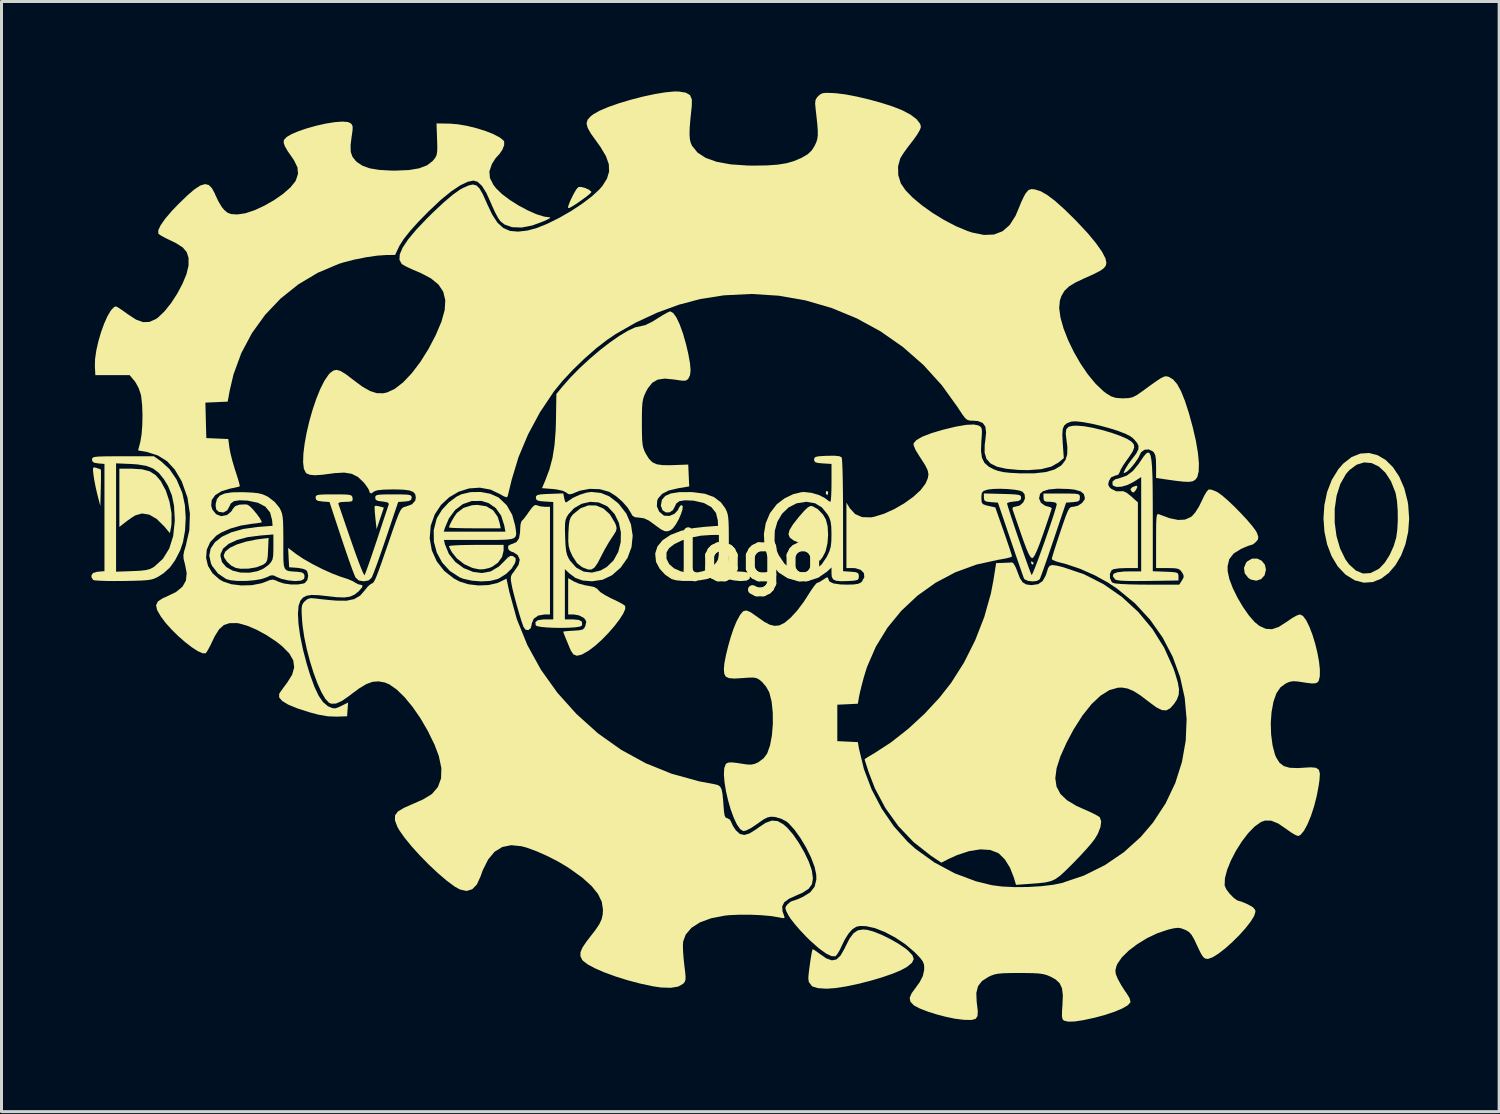
<source format=kicad_pcb>
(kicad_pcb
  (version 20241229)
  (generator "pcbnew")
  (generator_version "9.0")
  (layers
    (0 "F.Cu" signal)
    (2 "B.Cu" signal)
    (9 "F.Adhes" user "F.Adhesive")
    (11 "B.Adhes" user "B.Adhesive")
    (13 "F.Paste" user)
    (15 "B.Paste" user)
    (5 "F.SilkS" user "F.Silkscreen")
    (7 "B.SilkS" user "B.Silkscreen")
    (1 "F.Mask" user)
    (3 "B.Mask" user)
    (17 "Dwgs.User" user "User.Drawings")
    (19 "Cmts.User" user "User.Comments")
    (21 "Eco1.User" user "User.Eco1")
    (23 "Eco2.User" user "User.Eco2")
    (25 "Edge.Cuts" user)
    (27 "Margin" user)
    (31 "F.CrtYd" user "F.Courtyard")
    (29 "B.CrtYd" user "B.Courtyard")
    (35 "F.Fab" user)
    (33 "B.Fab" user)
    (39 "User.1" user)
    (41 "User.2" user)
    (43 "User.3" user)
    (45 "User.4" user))
  (footprint "logo"
    (layer "F.Cu")
    (at 21.968 15.504)
    (property "Reference" "logo" (at 0 0 0) (layer "F.SilkS") (effects (font (size 1.5 1.5) (thickness 0.3))))
    (attr board_only exclude_from_pos_files exclude_from_bom)
    (fp_poly (pts (xy 2.587 -2.169) (xy 2.595 -2.129) (xy 2.577 -2.049) (xy 2.529 -2.073) (xy 2.515 -2.094) (xy 2.522 -2.165) (xy 2.539 -2.181)) (stroke (width 0) (type solid)) (fill yes) (layer "F.SilkS"))
    (fp_poly (pts (xy 9.44 0.206) (xy 9.442 0.221) (xy 9.423 0.275) (xy 9.418 0.276) (xy 9.371 0.237) (xy 9.359 0.221) (xy 9.364 0.17) (xy 9.384 0.166)) (stroke (width 0) (type solid)) (fill yes) (layer "F.SilkS"))
    (fp_poly (pts (xy -12.361 -1.669) (xy -12.22 -1.629) (xy -12.341 -1.27) (xy -12.462 -0.911) (xy -12.503 -1.288) (xy -12.521 -1.479) (xy -12.528 -1.622) (xy -12.523 -1.686) (xy -12.523 -1.687) (xy -12.46 -1.689)) (stroke (width 0) (type solid)) (fill yes) (layer "F.SilkS"))
    (fp_poly (pts (xy 12.906 -2.325) (xy 12.858 -2.22) (xy 12.851 -2.211) (xy 12.784 -2.135) (xy 12.73 -2.148) (xy 12.704 -2.176) (xy 12.672 -2.247) (xy 12.732 -2.306) (xy 12.756 -2.32) (xy 12.871 -2.361)) (stroke (width 0) (type solid)) (fill yes) (layer "F.SilkS"))
    (fp_poly (pts (xy 17.049 0.141) (xy 17.157 0.278) (xy 17.191 0.436) (xy 17.146 0.627) (xy 17.03 0.755) (xy 16.869 0.807) (xy 16.689 0.77) (xy 16.604 0.717) (xy 16.484 0.562) (xy 16.458 0.382) (xy 16.528 0.209) (xy 16.565 0.166) (xy 16.723 0.073) (xy 16.894 0.069)) (stroke (width 0) (type solid)) (fill yes) (layer "F.SilkS"))
    (fp_poly (pts (xy -21.805 -2.954) (xy -21.699 -2.918) (xy -21.657 -2.899) (xy -21.652 -2.842) (xy -21.651 -2.698) (xy -21.653 -2.489) (xy -21.657 -2.285) (xy -21.673 -1.684) (xy -21.766 -2.043) (xy -21.824 -2.288) (xy -21.874 -2.543) (xy -21.898 -2.698) (xy -21.918 -2.868) (xy -21.915 -2.951) (xy -21.88 -2.972)) (stroke (width 0) (type solid)) (fill yes) (layer "F.SilkS"))
    (fp_poly (pts (xy -8.805 -1.674) (xy -8.579 -1.541) (xy -8.425 -1.325) (xy -8.359 -1.115) (xy -8.324 -0.939) (xy -9.187 -0.939) (xy -9.481 -0.941) (xy -9.733 -0.946) (xy -9.922 -0.953) (xy -10.031 -0.963) (xy -10.05 -0.969) (xy -10.022 -1.051) (xy -9.956 -1.183) (xy -9.872 -1.327) (xy -9.793 -1.441) (xy -9.781 -1.455) (xy -9.564 -1.62) (xy -9.281 -1.708) (xy -9.099 -1.72)) (stroke (width 0) (type solid)) (fill yes) (layer "F.SilkS"))
    (fp_poly (pts (xy -5.516 -12.289) (xy -5.389 -12.233) (xy -5.31 -12.172) (xy -5.301 -12.149) (xy -5.343 -12.1) (xy -5.451 -12.011) (xy -5.6 -11.9) (xy -5.762 -11.786) (xy -5.912 -11.689) (xy -6.022 -11.626) (xy -6.04 -11.618) (xy -6.077 -11.622) (xy -6.07 -11.688) (xy -6.015 -11.831) (xy -5.971 -11.928) (xy -5.881 -12.109) (xy -5.796 -12.249) (xy -5.736 -12.316) (xy -5.646 -12.322)) (stroke (width 0) (type solid)) (fill yes) (layer "F.SilkS"))
    (fp_poly (pts (xy -16.08 -0.215) (xy -16.091 -0.005) (xy -16.111 0.124) (xy -16.151 0.202) (xy -16.221 0.258) (xy -16.262 0.282) (xy -16.473 0.362) (xy -16.737 0.406) (xy -16.999 0.409) (xy -17.155 0.382) (xy -17.31 0.303) (xy -17.45 0.176) (xy -17.541 0.038) (xy -17.559 -0.038) (xy -17.506 -0.165) (xy -17.356 -0.288) (xy -17.123 -0.4) (xy -16.82 -0.495) (xy -16.46 -0.567) (xy -16.356 -0.581) (xy -16.063 -0.618)) (stroke (width 0) (type solid)) (fill yes) (layer "F.SilkS"))
    (fp_poly (pts (xy -8.227 -0.197) (xy -8.278 0.015) (xy -8.415 0.206) (xy -8.611 0.346) (xy -8.714 0.385) (xy -8.892 0.426) (xy -9.035 0.43) (xy -9.203 0.397) (xy -9.277 0.377) (xy -9.542 0.256) (xy -9.786 0.064) (xy -9.944 -0.131) (xy -10.013 -0.255) (xy -10.048 -0.338) (xy -10.049 -0.345) (xy -9.997 -0.359) (xy -9.853 -0.371) (xy -9.635 -0.38) (xy -9.36 -0.385) (xy -9.138 -0.387) (xy -8.227 -0.387)) (stroke (width 0) (type solid)) (fill yes) (layer "F.SilkS"))
    (fp_poly (pts (xy -20.285 -2.907) (xy -20.032 -2.841) (xy -19.835 -2.719) (xy -19.669 -2.529) (xy -19.662 -2.519) (xy -19.489 -2.198) (xy -19.366 -1.825) (xy -19.299 -1.439) (xy -19.3 -1.08) (xy -19.314 -0.983) (xy -19.354 -0.779) (xy -19.541 -1.002) (xy -19.792 -1.25) (xy -20.041 -1.395) (xy -20.283 -1.434) (xy -20.503 -1.372) (xy -20.621 -1.3) (xy -20.773 -1.191) (xy -20.831 -1.147) (xy -21.038 -0.985) (xy -21.038 -1.956) (xy -21.038 -2.927) (xy -20.618 -2.927)) (stroke (width 0) (type solid)) (fill yes) (layer "F.SilkS"))
    (fp_poly (pts (xy 2.066 -1.679) (xy 2.251 -1.576) (xy 2.42 -1.401) (xy 2.52 -1.23) (xy 2.576 -1.006) (xy 2.593 -0.725) (xy 2.571 -0.436) (xy 2.511 -0.185) (xy 2.489 -0.131) (xy 2.404 0.03) (xy 2.33 0.126) (xy 2.279 0.145) (xy 2.264 0.09) (xy 2.214 -0.047) (xy 2.079 -0.195) (xy 1.881 -0.335) (xy 1.653 -0.443) (xy 1.443 -0.534) (xy 1.316 -0.629) (xy 1.271 -0.742) (xy 1.309 -0.887) (xy 1.427 -1.078) (xy 1.627 -1.33) (xy 1.636 -1.34) (xy 1.797 -1.524) (xy 1.911 -1.633) (xy 1.995 -1.68)) (stroke (width 0) (type solid)) (fill yes) (layer "F.SilkS"))
    (fp_poly (pts (xy -5.143 -1.7) (xy -4.9 -1.599) (xy -4.685 -1.406) (xy -4.514 -1.122) (xy -4.481 -1.042) (xy -4.458 -0.944) (xy -4.482 -0.843) (xy -4.564 -0.706) (xy -4.606 -0.646) (xy -4.725 -0.461) (xy -4.859 -0.229) (xy -4.969 -0.017) (xy -5.093 0.222) (xy -5.197 0.369) (xy -5.298 0.435) (xy -5.418 0.432) (xy -5.576 0.371) (xy -5.617 0.351) (xy -5.78 0.221) (xy -5.927 -0.005) (xy -5.941 -0.033) (xy -6.014 -0.196) (xy -6.055 -0.339) (xy -6.071 -0.504) (xy -6.068 -0.729) (xy -6.066 -0.795) (xy -6.052 -1.034) (xy -6.029 -1.192) (xy -5.99 -1.301) (xy -5.926 -1.389) (xy -5.908 -1.409) (xy -5.661 -1.608) (xy -5.402 -1.704)) (stroke (width 0) (type solid)) (fill yes) (layer "F.SilkS"))
    (fp_poly (pts (xy 3.896 12.449) (xy 4.108 12.506) (xy 4.375 12.613) (xy 4.663 12.755) (xy 4.941 12.913) (xy 5.175 13.072) (xy 5.257 13.14) (xy 5.403 13.295) (xy 5.448 13.424) (xy 5.389 13.547) (xy 5.226 13.682) (xy 5.22 13.686) (xy 5.008 13.801) (xy 4.712 13.922) (xy 4.356 14.043) (xy 3.964 14.157) (xy 3.562 14.258) (xy 3.175 14.338) (xy 2.826 14.391) (xy 2.541 14.411) (xy 2.538 14.411) (xy 2.26 14.393) (xy 2.078 14.34) (xy 2.055 14.326) (xy 1.951 14.19) (xy 1.933 14.074) (xy 1.94 13.956) (xy 1.96 13.779) (xy 1.988 13.574) (xy 2.018 13.373) (xy 2.047 13.207) (xy 2.07 13.108) (xy 2.075 13.095) (xy 2.123 13.114) (xy 2.228 13.185) (xy 2.302 13.241) (xy 2.532 13.4) (xy 2.717 13.466) (xy 2.869 13.437) (xy 3.006 13.307) (xy 3.141 13.073) (xy 3.173 13.004) (xy 3.311 12.734) (xy 3.443 12.558) (xy 3.587 12.464) (xy 3.761 12.437)) (stroke (width 0) (type solid)) (fill yes) (layer "F.SilkS"))
    (fp_poly (pts (xy 13.303 -3.452) (xy 13.343 -3.371) (xy 13.372 -3.217) (xy 13.393 -2.985) (xy 13.407 -2.666) (xy 13.414 -2.254) (xy 13.417 -1.744) (xy 13.418 -1.352) (xy 13.418 0.492) (xy 13.846 0.508) (xy 14.061 0.518) (xy 14.188 0.533) (xy 14.251 0.562) (xy 14.272 0.612) (xy 14.274 0.663) (xy 14.274 0.801) (xy 13.251 0.816) (xy 12.853 0.819) (xy 12.556 0.816) (xy 12.348 0.806) (xy 12.22 0.788) (xy 12.16 0.763) (xy 12.086 0.657) (xy 12.108 0.579) (xy 12.229 0.528) (xy 12.453 0.501) (xy 12.649 0.497) (xy 13.031 0.497) (xy 13.031 -1.076) (xy 13.031 -2.648) (xy 12.772 -2.484) (xy 12.575 -2.384) (xy 12.379 -2.328) (xy 12.212 -2.318) (xy 12.1 -2.359) (xy 12.076 -2.393) (xy 12.074 -2.499) (xy 12.168 -2.574) (xy 12.322 -2.616) (xy 12.546 -2.694) (xy 12.75 -2.847) (xy 12.949 -3.09) (xy 13.012 -3.184) (xy 13.108 -3.326) (xy 13.187 -3.423) (xy 13.252 -3.467)) (stroke (width 0) (type solid)) (fill yes) (layer "F.SilkS"))
    (fp_poly (pts (xy -7.122 -1.71) (xy -7.12 -1.709) (xy -7.01 -1.673) (xy -6.861 -1.657) (xy -6.681 -1.657) (xy -6.681 0.138) (xy -6.681 1.933) (xy -6.862 1.933) (xy -7.074 1.971) (xy -7.222 2.075) (xy -7.287 2.23) (xy -7.289 2.261) (xy -7.323 2.391) (xy -7.403 2.455) (xy -7.495 2.441) (xy -7.564 2.348) (xy -7.631 2.154) (xy -7.712 1.891) (xy -7.796 1.596) (xy -7.874 1.307) (xy -7.934 1.063) (xy -7.952 0.979) (xy -7.984 0.797) (xy -7.986 0.681) (xy -7.951 0.593) (xy -7.873 0.492) (xy -7.729 0.28) (xy -7.688 0.106) (xy -7.75 -0.033) (xy -7.783 -0.065) (xy -7.897 -0.139) (xy -7.979 -0.166) (xy -8.048 -0.212) (xy -8.077 -0.273) (xy -8.072 -0.357) (xy -7.986 -0.405) (xy -7.945 -0.416) (xy -7.798 -0.48) (xy -7.712 -0.608) (xy -7.677 -0.815) (xy -7.675 -0.904) (xy -7.664 -1.062) (xy -7.635 -1.168) (xy -7.619 -1.188) (xy -7.559 -1.25) (xy -7.463 -1.375) (xy -7.382 -1.491) (xy -7.267 -1.646) (xy -7.186 -1.714)) (stroke (width 0) (type solid)) (fill yes) (layer "F.SilkS"))
    (fp_poly (pts (xy -5.887 0.832) (xy -5.716 0.905) (xy -5.504 0.962) (xy -5.415 0.976) (xy -5.213 1.016) (xy -5.099 1.082) (xy -5.073 1.118) (xy -4.997 1.191) (xy -4.848 1.287) (xy -4.656 1.389) (xy -4.612 1.409) (xy -4.418 1.502) (xy -4.265 1.585) (xy -4.18 1.642) (xy -4.173 1.65) (xy -4.171 1.75) (xy -4.24 1.907) (xy -4.366 2.104) (xy -4.536 2.326) (xy -4.738 2.557) (xy -4.957 2.782) (xy -5.182 2.983) (xy -5.399 3.146) (xy -5.4 3.146) (xy -5.62 3.271) (xy -5.783 3.31) (xy -5.903 3.263) (xy -5.99 3.128) (xy -5.994 3.12) (xy -6.073 2.929) (xy -6.154 2.733) (xy -6.157 2.727) (xy -6.209 2.595) (xy -6.238 2.516) (xy -6.24 2.508) (xy -6.189 2.496) (xy -6.058 2.484) (xy -5.896 2.474) (xy -5.705 2.461) (xy -5.595 2.437) (xy -5.536 2.388) (xy -5.497 2.302) (xy -5.496 2.3) (xy -5.47 2.174) (xy -5.516 2.086) (xy -5.57 2.037) (xy -5.718 1.963) (xy -5.887 1.933) (xy -6.074 1.933) (xy -6.074 1.327) (xy -6.074 0.722)) (stroke (width 0) (type solid)) (fill yes) (layer "F.SilkS"))
    (fp_poly (pts (xy 20.915 -3.376) (xy 21.183 -3.217) (xy 21.426 -2.977) (xy 21.635 -2.662) (xy 21.802 -2.278) (xy 21.916 -1.83) (xy 21.933 -1.722) (xy 21.966 -1.26) (xy 21.933 -0.819) (xy 21.841 -0.406) (xy 21.698 -0.034) (xy 21.51 0.288) (xy 21.285 0.55) (xy 21.03 0.741) (xy 20.751 0.853) (xy 20.456 0.874) (xy 20.154 0.796) (xy 19.843 0.604) (xy 19.584 0.33) (xy 19.38 -0.011) (xy 19.231 -0.401) (xy 19.141 -0.826) (xy 19.119 -1.134) (xy 19.483 -1.134) (xy 19.542 -0.686) (xy 19.662 -0.269) (xy 19.839 0.094) (xy 19.965 0.266) (xy 20.193 0.472) (xy 20.429 0.568) (xy 20.674 0.554) (xy 20.927 0.429) (xy 20.983 0.388) (xy 21.154 0.206) (xy 21.317 -0.051) (xy 21.451 -0.349) (xy 21.533 -0.624) (xy 21.57 -0.886) (xy 21.587 -1.203) (xy 21.584 -1.536) (xy 21.561 -1.845) (xy 21.519 -2.092) (xy 21.509 -2.13) (xy 21.363 -2.502) (xy 21.175 -2.793) (xy 20.956 -2.998) (xy 20.716 -3.114) (xy 20.466 -3.136) (xy 20.217 -3.061) (xy 19.978 -2.885) (xy 19.858 -2.748) (xy 19.671 -2.419) (xy 19.546 -2.025) (xy 19.484 -1.589) (xy 19.483 -1.134) (xy 19.119 -1.134) (xy 19.109 -1.269) (xy 19.139 -1.716) (xy 19.23 -2.149) (xy 19.386 -2.554) (xy 19.607 -2.913) (xy 19.767 -3.096) (xy 20.047 -3.315) (xy 20.338 -3.431) (xy 20.63 -3.45)) (stroke (width 0) (type solid)) (fill yes) (layer "F.SilkS"))
    (fp_poly (pts (xy -8.672 -2.091) (xy -8.403 -1.971) (xy -8.382 -1.956) (xy -8.123 -1.709) (xy -7.94 -1.388) (xy -7.845 -1.044) (xy -7.819 -0.886) (xy -7.807 -0.766) (xy -7.82 -0.679) (xy -7.871 -0.619) (xy -7.973 -0.582) (xy -8.139 -0.562) (xy -8.38 -0.553) (xy -8.709 -0.552) (xy -9.036 -0.552) (xy -10.217 -0.552) (xy -10.181 -0.4) (xy -10.052 -0.086) (xy -9.837 0.182) (xy -9.558 0.388) (xy -9.236 0.517) (xy -8.951 0.552) (xy -8.661 0.499) (xy -8.388 0.337) (xy -8.215 0.17) (xy -8.09 0.039) (xy -8.004 -0.019) (xy -7.932 -0.017) (xy -7.901 -0.002) (xy -7.829 0.055) (xy -7.824 0.139) (xy -7.849 0.221) (xy -7.957 0.401) (xy -8.141 0.579) (xy -8.366 0.723) (xy -8.433 0.754) (xy -8.672 0.814) (xy -8.97 0.831) (xy -9.283 0.807) (xy -9.567 0.744) (xy -9.691 0.696) (xy -10.017 0.485) (xy -10.275 0.203) (xy -10.455 -0.13) (xy -10.552 -0.494) (xy -10.557 -0.828) (xy -10.223 -0.828) (xy -9.195 -0.828) (xy -8.167 -0.828) (xy -8.205 -1.035) (xy -8.309 -1.36) (xy -8.486 -1.612) (xy -8.729 -1.781) (xy -8.969 -1.852) (xy -9.293 -1.849) (xy -9.588 -1.745) (xy -9.845 -1.548) (xy -10.052 -1.267) (xy -10.184 -0.953) (xy -10.223 -0.828) (xy -10.557 -0.828) (xy -10.558 -0.872) (xy -10.465 -1.242) (xy -10.446 -1.289) (xy -10.283 -1.555) (xy -10.053 -1.803) (xy -9.791 -1.997) (xy -9.635 -2.074) (xy -9.327 -2.146) (xy -8.993 -2.151)) (stroke (width 0) (type solid)) (fill yes) (layer "F.SilkS"))
    (fp_poly (pts (xy -19.648 -3.173) (xy -19.367 -2.914) (xy -19.131 -2.566) (xy -18.952 -2.148) (xy -18.932 -2.086) (xy -18.853 -1.708) (xy -18.826 -1.288) (xy -18.848 -0.865) (xy -18.918 -0.474) (xy -19.014 -0.195) (xy -19.182 0.129) (xy -19.356 0.37) (xy -19.559 0.554) (xy -19.701 0.648) (xy -19.8 0.704) (xy -19.892 0.744) (xy -19.996 0.773) (xy -20.132 0.791) (xy -20.321 0.803) (xy -20.582 0.811) (xy -20.9 0.817) (xy -21.215 0.819) (xy -21.493 0.816) (xy -21.717 0.807) (xy -21.864 0.795) (xy -21.913 0.782) (xy -21.967 0.692) (xy -21.968 0.628) (xy -21.916 0.55) (xy -21.784 0.512) (xy -21.741 0.507) (xy -21.535 0.49) (xy -21.535 -1.298) (xy -21.535 -1.299) (xy -21.148 -1.299) (xy -21.148 0.507) (xy -20.606 0.488) (xy -20.339 0.475) (xy -20.154 0.454) (xy -20.022 0.42) (xy -19.913 0.365) (xy -19.873 0.339) (xy -19.585 0.076) (xy -19.375 -0.264) (xy -19.244 -0.68) (xy -19.192 -1.168) (xy -19.192 -1.27) (xy -19.216 -1.691) (xy -19.288 -2.041) (xy -19.416 -2.352) (xy -19.553 -2.576) (xy -19.723 -2.787) (xy -19.91 -2.931) (xy -20.14 -3.021) (xy -20.438 -3.07) (xy -20.635 -3.083) (xy -21.148 -3.105) (xy -21.148 -1.299) (xy -21.535 -1.299) (xy -21.535 -3.086) (xy -21.742 -3.103) (xy -21.883 -3.127) (xy -21.942 -3.18) (xy -21.949 -3.23) (xy -21.944 -3.269) (xy -21.921 -3.297) (xy -21.864 -3.317) (xy -21.758 -3.33) (xy -21.589 -3.337) (xy -21.342 -3.34) (xy -21.003 -3.341) (xy -20.918 -3.341) (xy -19.887 -3.341)) (stroke (width 0) (type solid)) (fill yes) (layer "F.SilkS"))
    (fp_poly (pts (xy 8.407 -2.086) (xy 8.676 -2.078) (xy 8.854 -2.067) (xy 8.96 -2.05) (xy 9.011 -2.023) (xy 9.027 -1.982) (xy 9.028 -1.96) (xy 9.008 -1.887) (xy 8.929 -1.849) (xy 8.793 -1.833) (xy 8.65 -1.813) (xy 8.567 -1.783) (xy 8.559 -1.77) (xy 8.576 -1.701) (xy 8.624 -1.548) (xy 8.695 -1.328) (xy 8.784 -1.06) (xy 8.885 -0.762) (xy 8.991 -0.454) (xy 9.095 -0.152) (xy 9.192 0.123) (xy 9.275 0.355) (xy 9.338 0.524) (xy 9.374 0.612) (xy 9.378 0.619) (xy 9.404 0.58) (xy 9.459 0.453) (xy 9.536 0.257) (xy 9.629 0.008) (xy 9.732 -0.275) (xy 9.839 -0.576) (xy 9.943 -0.876) (xy 10.039 -1.159) (xy 10.12 -1.406) (xy 10.179 -1.6) (xy 10.212 -1.723) (xy 10.216 -1.753) (xy 10.164 -1.802) (xy 10.019 -1.822) (xy 9.994 -1.822) (xy 9.852 -1.83) (xy 9.789 -1.865) (xy 9.774 -1.948) (xy 9.773 -1.96) (xy 9.773 -2.098) (xy 10.381 -2.098) (xy 10.646 -2.098) (xy 10.82 -2.093) (xy 10.922 -2.079) (xy 10.971 -2.053) (xy 10.987 -2.009) (xy 10.988 -1.963) (xy 10.975 -1.876) (xy 10.913 -1.833) (xy 10.775 -1.813) (xy 10.758 -1.812) (xy 10.528 -1.795) (xy 10.109 -0.551) (xy 9.989 -0.198) (xy 9.879 0.122) (xy 9.784 0.394) (xy 9.709 0.601) (xy 9.661 0.728) (xy 9.646 0.761) (xy 9.556 0.814) (xy 9.413 0.831) (xy 9.262 0.814) (xy 9.15 0.766) (xy 9.123 0.733) (xy 9.094 0.655) (xy 9.036 0.489) (xy 8.953 0.25) (xy 8.851 -0.045) (xy 8.736 -0.381) (xy 8.669 -0.578) (xy 8.255 -1.795) (xy 8.02 -1.812) (xy 7.872 -1.83) (xy 7.804 -1.869) (xy 7.786 -1.949) (xy 7.786 -1.965) (xy 7.786 -2.102)) (stroke (width 0) (type solid)) (fill yes) (layer "F.SilkS"))
    (fp_poly (pts (xy -11.634 -2.069) (xy -11.459 -2.063) (xy -11.357 -2.049) (xy -11.308 -2.023) (xy -11.293 -1.981) (xy -11.292 -1.96) (xy -11.313 -1.886) (xy -11.395 -1.848) (xy -11.517 -1.833) (xy -11.742 -1.817) (xy -12.146 -0.618) (xy -12.266 -0.268) (xy -12.378 0.054) (xy -12.477 0.329) (xy -12.557 0.541) (xy -12.611 0.673) (xy -12.626 0.704) (xy -12.729 0.8) (xy -12.893 0.828) (xy -13.059 0.799) (xy -13.162 0.704) (xy -13.201 0.617) (xy -13.269 0.442) (xy -13.358 0.195) (xy -13.463 -0.106) (xy -13.578 -0.445) (xy -13.636 -0.618) (xy -14.032 -1.816) (xy -14.263 -1.833) (xy -14.414 -1.854) (xy -14.481 -1.897) (xy -14.495 -1.96) (xy -14.488 -2.009) (xy -14.454 -2.04) (xy -14.374 -2.059) (xy -14.23 -2.068) (xy -14.002 -2.071) (xy -13.887 -2.071) (xy -13.622 -2.07) (xy -13.447 -2.064) (xy -13.343 -2.049) (xy -13.29 -2.022) (xy -13.268 -1.979) (xy -13.262 -1.946) (xy -13.262 -1.871) (xy -13.307 -1.834) (xy -13.424 -1.823) (xy -13.503 -1.822) (xy -13.668 -1.812) (xy -13.736 -1.78) (xy -13.736 -1.753) (xy -13.711 -1.683) (xy -13.656 -1.524) (xy -13.577 -1.292) (xy -13.478 -1.004) (xy -13.365 -0.675) (xy -13.307 -0.508) (xy -13.19 -0.173) (xy -13.083 0.121) (xy -12.991 0.36) (xy -12.92 0.53) (xy -12.875 0.616) (xy -12.864 0.624) (xy -12.836 0.56) (xy -12.779 0.408) (xy -12.699 0.182) (xy -12.602 -0.1) (xy -12.493 -0.425) (xy -12.45 -0.552) (xy -12.339 -0.889) (xy -12.239 -1.192) (xy -12.154 -1.445) (xy -12.092 -1.632) (xy -12.057 -1.736) (xy -12.052 -1.75) (xy -12.085 -1.799) (xy -12.222 -1.829) (xy -12.267 -1.833) (xy -12.421 -1.853) (xy -12.491 -1.894) (xy -12.507 -1.96) (xy -12.5 -2.009) (xy -12.466 -2.04) (xy -12.387 -2.059) (xy -12.242 -2.068) (xy -12.014 -2.071) (xy -11.899 -2.071)) (stroke (width 0) (type solid)) (fill yes) (layer "F.SilkS"))
    (fp_poly (pts (xy -4.982 -2.118) (xy -4.702 -2.003) (xy -4.432 -1.796) (xy -4.382 -1.747) (xy -4.134 -1.428) (xy -3.981 -1.071) (xy -3.923 -0.694) (xy -3.961 -0.316) (xy -4.094 0.046) (xy -4.324 0.372) (xy -4.324 0.372) (xy -4.614 0.626) (xy -4.925 0.775) (xy -5.272 0.827) (xy -5.283 0.827) (xy -5.59 0.802) (xy -5.831 0.716) (xy -6.032 0.566) (xy -6.184 0.421) (xy -6.184 1.26) (xy -6.184 2.098) (xy -5.913 2.098) (xy -5.717 2.115) (xy -5.619 2.171) (xy -5.608 2.271) (xy -5.619 2.305) (xy -5.683 2.338) (xy -5.832 2.361) (xy -6.042 2.375) (xy -6.286 2.381) (xy -6.541 2.378) (xy -6.78 2.367) (xy -6.979 2.348) (xy -7.114 2.321) (xy -7.157 2.294) (xy -7.166 2.189) (xy -7.088 2.126) (xy -6.914 2.1) (xy -6.844 2.098) (xy -6.571 2.098) (xy -6.571 0.141) (xy -6.571 -0.915) (xy -6.182 -0.915) (xy -6.175 -0.653) (xy -6.175 -0.652) (xy -6.163 -0.383) (xy -6.144 -0.195) (xy -6.113 -0.059) (xy -6.063 0.055) (xy -6.01 0.142) (xy -5.804 0.372) (xy -5.556 0.505) (xy -5.281 0.537) (xy -4.995 0.467) (xy -4.788 0.351) (xy -4.559 0.127) (xy -4.404 -0.155) (xy -4.323 -0.473) (xy -4.316 -0.803) (xy -4.384 -1.124) (xy -4.525 -1.413) (xy -4.741 -1.646) (xy -4.795 -1.686) (xy -5.055 -1.801) (xy -5.34 -1.822) (xy -5.623 -1.757) (xy -5.878 -1.61) (xy -6.066 -1.408) (xy -6.124 -1.314) (xy -6.161 -1.218) (xy -6.178 -1.094) (xy -6.182 -0.915) (xy -6.571 -0.915) (xy -6.571 -1.816) (xy -6.861 -1.833) (xy -7.032 -1.849) (xy -7.12 -1.879) (xy -7.149 -1.934) (xy -7.151 -1.96) (xy -7.141 -2.015) (xy -7.097 -2.049) (xy -6.996 -2.07) (xy -6.818 -2.082) (xy -6.694 -2.087) (xy -6.238 -2.103) (xy -6.204 -1.933) (xy -6.174 -1.822) (xy -6.135 -1.803) (xy -6.079 -1.845) (xy -5.914 -1.955) (xy -5.692 -2.057) (xy -5.464 -2.129) (xy -5.301 -2.152)) (stroke (width 0) (type solid)) (fill yes) (layer "F.SilkS"))
    (fp_poly (pts (xy 2.968 -3.343) (xy 3.042 -3.307) (xy 3.045 -3.302) (xy 3.056 -3.231) (xy 3.066 -3.064) (xy 3.075 -2.812) (xy 3.082 -2.491) (xy 3.087 -2.113) (xy 3.091 -1.691) (xy 3.091 -1.37) (xy 3.092 0.491) (xy 3.354 0.508) (xy 3.514 0.524) (xy 3.591 0.556) (xy 3.615 0.622) (xy 3.617 0.663) (xy 3.609 0.74) (xy 3.567 0.783) (xy 3.467 0.805) (xy 3.288 0.818) (xy 3.026 0.825) (xy 2.856 0.808) (xy 2.758 0.761) (xy 2.714 0.674) (xy 2.706 0.568) (xy 2.706 0.366) (xy 2.554 0.508) (xy 2.262 0.709) (xy 1.932 0.815) (xy 1.584 0.822) (xy 1.244 0.726) (xy 1.239 0.724) (xy 0.945 0.534) (xy 0.717 0.272) (xy 0.557 -0.042) (xy 0.468 -0.39) (xy 0.462 -0.528) (xy 0.806 -0.528) (xy 0.882 -0.192) (xy 0.946 -0.044) (xy 1.135 0.237) (xy 1.368 0.43) (xy 1.63 0.528) (xy 1.907 0.527) (xy 2.178 0.427) (xy 2.378 0.265) (xy 2.546 0.016) (xy 2.551 0.007) (xy 2.633 -0.166) (xy 2.68 -0.325) (xy 2.701 -0.511) (xy 2.705 -0.738) (xy 2.699 -0.987) (xy 2.677 -1.162) (xy 2.631 -1.299) (xy 2.578 -1.397) (xy 2.387 -1.635) (xy 2.158 -1.774) (xy 1.875 -1.822) (xy 1.857 -1.822) (xy 1.544 -1.773) (xy 1.275 -1.635) (xy 1.058 -1.426) (xy 0.902 -1.161) (xy 0.815 -0.856) (xy 0.806 -0.528) (xy 0.462 -0.528) (xy 0.452 -0.752) (xy 0.513 -1.109) (xy 0.652 -1.442) (xy 0.874 -1.732) (xy 0.892 -1.75) (xy 1.142 -1.939) (xy 1.428 -2.077) (xy 1.71 -2.145) (xy 1.795 -2.15) (xy 2.041 -2.121) (xy 2.288 -2.049) (xy 2.487 -1.947) (xy 2.534 -1.91) (xy 2.624 -1.842) (xy 2.669 -1.822) (xy 2.683 -1.874) (xy 2.695 -2.014) (xy 2.703 -2.221) (xy 2.706 -2.454) (xy 2.706 -3.086) (xy 2.416 -3.103) (xy 2.244 -3.119) (xy 2.157 -3.149) (xy 2.127 -3.204) (xy 2.126 -3.23) (xy 2.136 -3.286) (xy 2.182 -3.321) (xy 2.285 -3.341) (xy 2.469 -3.353) (xy 2.563 -3.357) (xy 2.813 -3.359)) (stroke (width 0) (type solid)) (fill yes) (layer "F.SilkS"))
    (fp_poly (pts (xy -1.91 -2.143) (xy -1.519 -2.092) (xy -1.213 -1.981) (xy -0.982 -1.805) (xy -0.841 -1.613) (xy -0.795 -1.523) (xy -0.762 -1.431) (xy -0.74 -1.316) (xy -0.727 -1.158) (xy -0.72 -0.938) (xy -0.718 -0.636) (xy -0.718 -0.477) (xy -0.718 -0.131) (xy -0.716 0.12) (xy -0.701 0.292) (xy -0.669 0.401) (xy -0.61 0.461) (xy -0.518 0.49) (xy -0.386 0.502) (xy -0.248 0.51) (xy -0.1 0.531) (xy -0.03 0.581) (xy -0.01 0.647) (xy -0.026 0.748) (xy -0.126 0.803) (xy -0.135 0.805) (xy -0.322 0.82) (xy -0.557 0.797) (xy -0.787 0.744) (xy -0.943 0.679) (xy -1.048 0.629) (xy -1.14 0.633) (xy -1.273 0.693) (xy -1.274 0.694) (xy -1.449 0.753) (xy -1.692 0.794) (xy -1.968 0.816) (xy -2.242 0.816) (xy -2.476 0.794) (xy -2.623 0.753) (xy -2.839 0.609) (xy -3.023 0.409) (xy -3.139 0.192) (xy -3.146 0.17) (xy -3.156 0.072) (xy -2.797 0.072) (xy -2.708 0.252) (xy -2.543 0.397) (xy -2.316 0.496) (xy -2.045 0.543) (xy -1.746 0.528) (xy -1.578 0.491) (xy -1.391 0.41) (xy -1.22 0.29) (xy -1.205 0.275) (xy -1.125 0.185) (xy -1.078 0.094) (xy -1.056 -0.031) (xy -1.049 -0.223) (xy -1.049 -0.299) (xy -1.049 -0.718) (xy -1.311 -0.717) (xy -1.654 -0.693) (xy -1.986 -0.629) (xy -2.285 -0.534) (xy -2.533 -0.414) (xy -2.71 -0.277) (xy -2.794 -0.137) (xy -2.797 0.072) (xy -3.156 0.072) (xy -3.173 -0.096) (xy -3.097 -0.336) (xy -2.924 -0.545) (xy -2.66 -0.72) (xy -2.31 -0.856) (xy -1.879 -0.949) (xy -1.56 -0.985) (xy -1.077 -1.022) (xy -1.085 -1.202) (xy -1.146 -1.451) (xy -1.3 -1.646) (xy -1.545 -1.782) (xy -1.876 -1.858) (xy -1.906 -1.862) (xy -2.18 -1.874) (xy -2.364 -1.844) (xy -2.472 -1.765) (xy -2.507 -1.686) (xy -2.583 -1.542) (xy -2.699 -1.47) (xy -2.824 -1.471) (xy -2.928 -1.542) (xy -2.98 -1.681) (xy -2.982 -1.714) (xy -2.947 -1.891) (xy -2.837 -2.019) (xy -2.646 -2.103) (xy -2.366 -2.145) (xy -1.99 -2.147)) (stroke (width 0) (type solid)) (fill yes) (layer "F.SilkS"))
    (fp_poly (pts (xy -16.868 -2.142) (xy -16.598 -2.13) (xy -16.407 -2.109) (xy -16.263 -2.073) (xy -16.135 -2.017) (xy -16.067 -1.979) (xy -15.862 -1.821) (xy -15.705 -1.63) (xy -15.695 -1.613) (xy -15.649 -1.523) (xy -15.616 -1.431) (xy -15.594 -1.316) (xy -15.58 -1.158) (xy -15.574 -0.938) (xy -15.571 -0.636) (xy -15.571 -0.477) (xy -15.572 -0.131) (xy -15.569 0.12) (xy -15.555 0.292) (xy -15.522 0.401) (xy -15.464 0.461) (xy -15.372 0.49) (xy -15.239 0.502) (xy -15.102 0.51) (xy -14.954 0.531) (xy -14.884 0.581) (xy -14.864 0.647) (xy -14.879 0.748) (xy -14.98 0.803) (xy -14.989 0.805) (xy -15.176 0.82) (xy -15.411 0.797) (xy -15.64 0.744) (xy -15.797 0.679) (xy -15.901 0.629) (xy -15.994 0.633) (xy -16.126 0.693) (xy -16.128 0.694) (xy -16.302 0.753) (xy -16.546 0.794) (xy -16.822 0.816) (xy -17.095 0.816) (xy -17.33 0.793) (xy -17.476 0.753) (xy -17.75 0.568) (xy -17.946 0.312) (xy -17.984 0.232) (xy -18.039 -0.018) (xy -17.668 -0.018) (xy -17.617 0.186) (xy -17.477 0.351) (xy -17.266 0.47) (xy -17.003 0.536) (xy -16.704 0.541) (xy -16.432 0.491) (xy -16.244 0.41) (xy -16.074 0.29) (xy -16.059 0.275) (xy -15.979 0.186) (xy -15.932 0.097) (xy -15.91 -0.026) (xy -15.903 -0.215) (xy -15.903 -0.308) (xy -15.903 -0.734) (xy -16.331 -0.7) (xy -16.763 -0.644) (xy -17.12 -0.549) (xy -17.394 -0.422) (xy -17.578 -0.265) (xy -17.663 -0.083) (xy -17.668 -0.018) (xy -18.039 -0.018) (xy -18.041 -0.025) (xy -17.995 -0.262) (xy -17.852 -0.475) (xy -17.619 -0.658) (xy -17.303 -0.807) (xy -16.909 -0.917) (xy -16.445 -0.982) (xy -16.413 -0.985) (xy -15.93 -1.022) (xy -15.946 -1.214) (xy -16.013 -1.468) (xy -16.169 -1.66) (xy -16.416 -1.791) (xy -16.754 -1.861) (xy -16.76 -1.862) (xy -17.034 -1.874) (xy -17.218 -1.844) (xy -17.325 -1.765) (xy -17.36 -1.686) (xy -17.441 -1.539) (xy -17.571 -1.467) (xy -17.719 -1.488) (xy -17.728 -1.493) (xy -17.806 -1.563) (xy -17.828 -1.683) (xy -17.825 -1.757) (xy -17.785 -1.916) (xy -17.688 -2.03) (xy -17.522 -2.102) (xy -17.275 -2.139) (xy -16.935 -2.144)) (stroke (width 0) (type solid)) (fill yes) (layer "F.SilkS"))
    (fp_poly (pts (xy 8.783 0.244) (xy 8.849 0.366) (xy 8.9 0.496) (xy 8.988 0.723) (xy 9.078 0.861) (xy 9.192 0.931) (xy 9.35 0.953) (xy 9.384 0.954) (xy 9.596 0.922) (xy 9.746 0.819) (xy 9.851 0.627) (xy 9.885 0.522) (xy 9.928 0.386) (xy 9.981 0.31) (xy 10.069 0.285) (xy 10.214 0.305) (xy 10.431 0.358) (xy 11.128 0.594) (xy 11.782 0.927) (xy 12.387 1.348) (xy 12.93 1.847) (xy 13.404 2.415) (xy 13.798 3.044) (xy 14.103 3.724) (xy 14.163 3.898) (xy 14.252 4.198) (xy 14.292 4.426) (xy 14.282 4.607) (xy 14.223 4.769) (xy 14.135 4.906) (xy 14.002 5.059) (xy 13.869 5.131) (xy 13.719 5.121) (xy 13.534 5.029) (xy 13.297 4.854) (xy 13.011 4.635) (xy 12.779 4.488) (xy 12.58 4.403) (xy 12.394 4.371) (xy 12.258 4.375) (xy 11.972 4.455) (xy 11.676 4.64) (xy 11.375 4.924) (xy 11.074 5.301) (xy 10.778 5.766) (xy 10.545 6.204) (xy 10.337 6.666) (xy 10.211 7.059) (xy 10.167 7.392) (xy 10.209 7.675) (xy 10.338 7.917) (xy 10.557 8.127) (xy 10.867 8.313) (xy 11.093 8.415) (xy 11.314 8.512) (xy 11.499 8.603) (xy 11.622 8.674) (xy 11.654 8.7) (xy 11.698 8.835) (xy 11.672 9.027) (xy 11.582 9.253) (xy 11.477 9.427) (xy 11.37 9.565) (xy 11.204 9.757) (xy 11.001 9.978) (xy 10.782 10.206) (xy 10.741 10.247) (xy 10.509 10.477) (xy 10.329 10.642) (xy 10.175 10.753) (xy 10.02 10.824) (xy 9.839 10.867) (xy 9.604 10.894) (xy 9.329 10.914) (xy 8.857 10.948) (xy 8.786 10.706) (xy 8.658 10.379) (xy 8.489 10.105) (xy 8.295 9.911) (xy 8.256 9.884) (xy 7.994 9.785) (xy 7.671 9.765) (xy 7.299 9.823) (xy 6.891 9.957) (xy 6.621 10.08) (xy 6.367 10.209) (xy 6.013 9.971) (xy 5.443 9.523) (xy 4.936 8.991) (xy 4.503 8.389) (xy 4.152 7.729) (xy 3.948 7.2) (xy 3.884 7.001) (xy 3.835 6.849) (xy 3.811 6.768) (xy 3.81 6.761) (xy 3.854 6.728) (xy 3.969 6.656) (xy 4.126 6.564) (xy 4.69 6.198) (xy 5.259 5.751) (xy 5.808 5.245) (xy 6.309 4.705) (xy 6.696 4.212) (xy 7.124 3.537) (xy 7.496 2.795) (xy 7.799 2.017) (xy 8.02 1.235) (xy 8.103 0.801) (xy 8.195 0.221) (xy 8.432 0.213) (xy 8.594 0.206) (xy 8.712 0.2) (xy 8.733 0.199)) (stroke (width 0) (type solid)) (fill yes) (layer "F.SilkS"))
    (fp_poly (pts (xy -2.573 -8.119) (xy -2.466 -7.97) (xy -2.355 -7.735) (xy -2.244 -7.428) (xy -2.14 -7.06) (xy -2.071 -6.764) (xy -2.013 -6.447) (xy -1.993 -6.215) (xy -2.01 -6.05) (xy -2.063 -5.937) (xy -2.111 -5.885) (xy -2.175 -5.862) (xy -2.284 -5.863) (xy -2.466 -5.889) (xy -2.539 -5.9) (xy -2.85 -5.931) (xy -3.086 -5.898) (xy -3.268 -5.794) (xy -3.417 -5.608) (xy -3.479 -5.494) (xy -3.534 -5.375) (xy -3.572 -5.262) (xy -3.597 -5.132) (xy -3.61 -4.961) (xy -3.616 -4.724) (xy -3.617 -4.445) (xy -3.615 -4.13) (xy -3.608 -3.902) (xy -3.594 -3.738) (xy -3.568 -3.616) (xy -3.529 -3.512) (xy -3.492 -3.438) (xy -3.383 -3.26) (xy -3.268 -3.142) (xy -3.121 -3.074) (xy -2.918 -3.045) (xy -2.635 -3.044) (xy -2.584 -3.046) (xy -2.071 -3.065) (xy -2.055 -2.7) (xy -2.038 -2.336) (xy -2.411 -2.274) (xy -2.725 -2.199) (xy -2.942 -2.088) (xy -3.074 -1.937) (xy -3.106 -1.862) (xy -3.117 -1.673) (xy -3.041 -1.497) (xy -2.897 -1.374) (xy -2.862 -1.359) (xy -2.696 -1.352) (xy -2.532 -1.422) (xy -2.414 -1.547) (xy -2.389 -1.607) (xy -2.334 -1.694) (xy -2.288 -1.712) (xy -2.253 -1.669) (xy -2.266 -1.559) (xy -2.316 -1.406) (xy -2.391 -1.236) (xy -2.481 -1.075) (xy -2.575 -0.947) (xy -2.647 -0.885) (xy -2.753 -0.841) (xy -2.852 -0.843) (xy -2.971 -0.899) (xy -3.138 -1.018) (xy -3.194 -1.061) (xy -3.388 -1.2) (xy -3.545 -1.272) (xy -3.698 -1.295) (xy -3.703 -1.295) (xy -3.853 -1.31) (xy -3.937 -1.366) (xy -3.981 -1.45) (xy -4.094 -1.633) (xy -4.271 -1.832) (xy -4.481 -2.014) (xy -4.689 -2.146) (xy -4.712 -2.157) (xy -5.016 -2.243) (xy -5.355 -2.255) (xy -5.681 -2.194) (xy -5.792 -2.151) (xy -5.943 -2.088) (xy -6.033 -2.072) (xy -6.099 -2.101) (xy -6.135 -2.131) (xy -6.257 -2.191) (xy -6.461 -2.235) (xy -6.591 -2.25) (xy -6.947 -2.278) (xy -6.842 -2.524) (xy -6.699 -2.903) (xy -6.596 -3.291) (xy -6.529 -3.715) (xy -6.491 -4.202) (xy -6.481 -4.545) (xy -6.468 -5.418) (xy -6.272 -5.657) (xy -5.999 -5.968) (xy -5.689 -6.282) (xy -5.357 -6.589) (xy -5.017 -6.878) (xy -4.681 -7.138) (xy -4.364 -7.358) (xy -4.08 -7.528) (xy -3.843 -7.638) (xy -3.669 -7.675) (xy -3.499 -7.715) (xy -3.264 -7.832) (xy -3.117 -7.924) (xy -2.933 -8.039) (xy -2.78 -8.126) (xy -2.684 -8.17) (xy -2.671 -8.172)) (stroke (width 0) (type solid)) (fill yes) (layer "F.SilkS"))
    (fp_poly (pts (xy -13.419 -14.485) (xy -13.339 -14.452) (xy -13.285 -14.401) (xy -13.26 -14.333) (xy -13.262 -14.221) (xy -13.288 -14.034) (xy -13.295 -13.992) (xy -13.33 -13.702) (xy -13.323 -13.49) (xy -13.268 -13.329) (xy -13.159 -13.191) (xy -13.112 -13.147) (xy -12.928 -13.026) (xy -12.688 -12.941) (xy -12.375 -12.889) (xy -11.975 -12.867) (xy -11.824 -12.866) (xy -11.385 -12.884) (xy -11.041 -12.942) (xy -10.78 -13.042) (xy -10.592 -13.186) (xy -10.574 -13.208) (xy -10.505 -13.295) (xy -10.464 -13.379) (xy -10.443 -13.488) (xy -10.438 -13.648) (xy -10.444 -13.89) (xy -10.445 -13.911) (xy -10.464 -14.439) (xy -10.022 -14.432) (xy -9.744 -14.409) (xy -9.437 -14.356) (xy -9.124 -14.278) (xy -8.825 -14.184) (xy -8.563 -14.08) (xy -8.358 -13.973) (xy -8.231 -13.871) (xy -8.207 -13.831) (xy -8.209 -13.712) (xy -8.27 -13.558) (xy -8.369 -13.413) (xy -8.421 -13.362) (xy -8.502 -13.267) (xy -8.596 -13.12) (xy -8.623 -13.069) (xy -8.701 -12.838) (xy -8.683 -12.618) (xy -8.567 -12.39) (xy -8.473 -12.27) (xy -8.279 -12.082) (xy -8.021 -11.888) (xy -7.725 -11.701) (xy -7.417 -11.537) (xy -7.124 -11.408) (xy -6.871 -11.331) (xy -6.75 -11.315) (xy -6.676 -11.307) (xy -6.68 -11.283) (xy -6.769 -11.233) (xy -6.876 -11.183) (xy -7.271 -11.036) (xy -7.631 -10.968) (xy -7.944 -10.979) (xy -8.199 -11.07) (xy -8.334 -11.177) (xy -8.412 -11.29) (xy -8.51 -11.473) (xy -8.612 -11.694) (xy -8.643 -11.771) (xy -8.799 -12.116) (xy -8.948 -12.356) (xy -9.095 -12.494) (xy -9.232 -12.534) (xy -9.429 -12.492) (xy -9.68 -12.37) (xy -9.97 -12.176) (xy -10.286 -11.92) (xy -10.356 -11.857) (xy -10.732 -11.502) (xy -11.065 -11.163) (xy -11.345 -10.852) (xy -11.56 -10.581) (xy -11.699 -10.362) (xy -11.714 -10.331) (xy -11.844 -10.054) (xy -12.127 -10.052) (xy -12.438 -10.031) (xy -12.81 -9.977) (xy -13.201 -9.899) (xy -13.568 -9.804) (xy -13.722 -9.756) (xy -14.426 -9.458) (xy -15.075 -9.07) (xy -15.662 -8.6) (xy -16.179 -8.056) (xy -16.618 -7.447) (xy -16.972 -6.782) (xy -17.233 -6.07) (xy -17.357 -5.542) (xy -17.427 -5.163) (xy -17.799 -5.146) (xy -18.17 -5.13) (xy -18.155 -4.539) (xy -18.139 -3.948) (xy -17.773 -3.932) (xy -17.407 -3.916) (xy -17.369 -3.628) (xy -17.334 -3.441) (xy -17.272 -3.195) (xy -17.195 -2.933) (xy -17.168 -2.85) (xy -17.099 -2.635) (xy -17.048 -2.464) (xy -17.024 -2.359) (xy -17.023 -2.339) (xy -17.084 -2.319) (xy -17.22 -2.288) (xy -17.342 -2.264) (xy -17.633 -2.177) (xy -17.84 -2.048) (xy -17.958 -1.884) (xy -17.977 -1.694) (xy -17.936 -1.563) (xy -17.811 -1.408) (xy -17.646 -1.344) (xy -17.466 -1.378) (xy -17.419 -1.405) (xy -17.305 -1.503) (xy -17.244 -1.601) (xy -17.172 -1.681) (xy -17.027 -1.729) (xy -16.844 -1.737) (xy -16.767 -1.727) (xy -16.69 -1.676) (xy -16.578 -1.563) (xy -16.459 -1.42) (xy -16.356 -1.278) (xy -16.296 -1.169) (xy -16.289 -1.141) (xy -16.339 -1.126) (xy -16.47 -1.106) (xy -16.642 -1.087) (xy -16.997 -1.029) (xy -17.345 -0.928) (xy -17.645 -0.797) (xy -17.806 -0.695) (xy -18.011 -0.478) (xy -18.124 -0.225) (xy -18.147 0.045) (xy -18.083 0.312) (xy -17.934 0.558) (xy -17.703 0.763) (xy -17.577 0.835) (xy -17.3 0.926) (xy -16.967 0.966) (xy -16.62 0.956) (xy -16.301 0.894) (xy -16.179 0.85) (xy -16.025 0.788) (xy -15.922 0.771) (xy -15.824 0.798) (xy -15.737 0.84) (xy -15.552 0.901) (xy -15.321 0.933) (xy -15.089 0.934) (xy -14.9 0.902) (xy -14.85 0.882) (xy -14.77 0.785) (xy -14.743 0.641) (xy -14.773 0.504) (xy -14.813 0.452) (xy -14.909 0.413) (xy -15.065 0.383) (xy -15.131 0.377) (xy -15.378 0.359) (xy -15.395 0.037) (xy -15.411 -0.286) (xy -15.149 -0.085) (xy -14.912 0.074) (xy -14.607 0.249) (xy -14.271 0.42) (xy -13.941 0.569) (xy -13.655 0.677) (xy -13.591 0.697) (xy -13.405 0.759) (xy -13.255 0.824) (xy -13.193 0.862) (xy -13.078 0.926) (xy -13.013 0.939) (xy -12.933 0.96) (xy -12.944 1.028) (xy -13.047 1.148) (xy -13.073 1.173) (xy -13.205 1.277) (xy -13.352 1.34) (xy -13.539 1.366) (xy -13.787 1.358) (xy -14.08 1.325) (xy -14.401 1.29) (xy -14.634 1.283) (xy -14.799 1.31) (xy -14.915 1.371) (xy -15.001 1.47) (xy -15.063 1.645) (xy -15.084 1.909) (xy -15.066 2.248) (xy -15.01 2.648) (xy -14.918 3.096) (xy -14.792 3.578) (xy -14.679 3.947) (xy -14.534 4.347) (xy -14.392 4.647) (xy -14.246 4.857) (xy -14.091 4.988) (xy -14.053 5.008) (xy -13.931 5.058) (xy -13.835 5.063) (xy -13.713 5.018) (xy -13.64 4.983) (xy -13.412 4.87) (xy -13.429 5.099) (xy -13.445 5.328) (xy -13.804 5.34) (xy -14.086 5.329) (xy -14.399 5.275) (xy -14.688 5.198) (xy -15.103 5.065) (xy -15.411 4.938) (xy -15.613 4.815) (xy -15.711 4.697) (xy -15.709 4.58) (xy -15.701 4.564) (xy -15.651 4.49) (xy -15.555 4.357) (xy -15.439 4.201) (xy -15.276 3.939) (xy -15.209 3.697) (xy -15.24 3.466) (xy -15.371 3.235) (xy -15.606 2.996) (xy -15.807 2.837) (xy -16.125 2.626) (xy -16.456 2.446) (xy -16.773 2.31) (xy -17.046 2.232) (xy -17.122 2.221) (xy -17.364 2.222) (xy -17.554 2.286) (xy -17.713 2.428) (xy -17.858 2.66) (xy -17.919 2.787) (xy -18.012 2.981) (xy -18.095 3.133) (xy -18.152 3.219) (xy -18.16 3.226) (xy -18.26 3.228) (xy -18.417 3.159) (xy -18.614 3.033) (xy -18.837 2.862) (xy -19.068 2.66) (xy -19.293 2.44) (xy -19.495 2.215) (xy -19.658 1.997) (xy -19.659 1.996) (xy -19.781 1.782) (xy -19.814 1.624) (xy -19.755 1.501) (xy -19.597 1.395) (xy -19.464 1.338) (xy -19.147 1.183) (xy -18.934 1.008) (xy -18.818 0.801) (xy -18.794 0.552) (xy -18.848 0.27) (xy -18.894 0.094) (xy -18.904 -0.039) (xy -18.877 -0.181) (xy -18.831 -0.328) (xy -18.706 -0.87) (xy -18.686 -1.423) (xy -18.768 -1.967) (xy -18.952 -2.486) (xy -18.969 -2.523) (xy -19.191 -2.898) (xy -19.449 -3.177) (xy -19.757 -3.369) (xy -20.129 -3.487) (xy -20.215 -3.503) (xy -20.414 -3.536) (xy -20.339 -3.823) (xy -20.298 -4.064) (xy -20.274 -4.375) (xy -20.267 -4.715) (xy -20.279 -5.046) (xy -20.309 -5.328) (xy -20.323 -5.4) (xy -20.392 -5.607) (xy -20.497 -5.803) (xy -20.538 -5.858) (xy -20.695 -6.046) (xy -21.267 -6.046) (xy -21.838 -6.046) (xy -21.855 -6.34) (xy -21.848 -6.586) (xy -21.807 -6.87) (xy -21.738 -7.175) (xy -21.648 -7.48) (xy -21.545 -7.765) (xy -21.434 -8.013) (xy -21.322 -8.202) (xy -21.217 -8.315) (xy -21.154 -8.338) (xy -21.089 -8.307) (xy -20.962 -8.224) (xy -20.796 -8.106) (xy -20.755 -8.076) (xy -20.483 -7.898) (xy -20.249 -7.814) (xy -20.036 -7.82) (xy -19.825 -7.915) (xy -19.746 -7.97) (xy -19.533 -8.173) (xy -19.314 -8.447) (xy -19.109 -8.763) (xy -18.933 -9.094) (xy -18.802 -9.41) (xy -18.735 -9.682) (xy -18.732 -9.706) (xy -18.731 -9.953) (xy -18.791 -10.146) (xy -18.925 -10.304) (xy -19.148 -10.447) (xy -19.297 -10.52) (xy -19.491 -10.613) (xy -19.644 -10.696) (xy -19.73 -10.754) (xy -19.737 -10.763) (xy -19.742 -10.872) (xy -19.664 -11.041) (xy -19.509 -11.263) (xy -19.281 -11.529) (xy -19.079 -11.739) (xy -18.777 -12.033) (xy -18.533 -12.242) (xy -18.338 -12.369) (xy -18.182 -12.416) (xy -18.057 -12.386) (xy -17.952 -12.281) (xy -17.857 -12.104) (xy -17.836 -12.052) (xy -17.739 -11.846) (xy -17.628 -11.66) (xy -17.544 -11.555) (xy -17.433 -11.462) (xy -17.313 -11.417) (xy -17.139 -11.405) (xy -17.091 -11.405) (xy -16.832 -11.444) (xy -16.526 -11.546) (xy -16.2 -11.698) (xy -15.876 -11.883) (xy -15.581 -12.089) (xy -15.339 -12.3) (xy -15.175 -12.502) (xy -15.155 -12.538) (xy -15.082 -12.757) (xy -15.1 -12.973) (xy -15.214 -13.208) (xy -15.268 -13.288) (xy -15.426 -13.515) (xy -15.52 -13.678) (xy -15.56 -13.793) (xy -15.554 -13.879) (xy -15.552 -13.886) (xy -15.465 -13.983) (xy -15.29 -14.085) (xy -15.049 -14.186) (xy -14.763 -14.282) (xy -14.454 -14.367) (xy -14.143 -14.436) (xy -13.852 -14.482) (xy -13.604 -14.5)) (stroke (width 0) (type solid)) (fill yes) (layer "F.SilkS"))
    (fp_poly (pts (xy -2.38 -15.502) (xy -2.15 -15.464) (xy -2.012 -15.383) (xy -1.951 -15.24) (xy -1.953 -15.018) (xy -1.956 -14.992) (xy -1.997 -14.603) (xy -2.022 -14.306) (xy -2.028 -14.083) (xy -2.017 -13.918) (xy -1.988 -13.791) (xy -1.945 -13.694) (xy -1.762 -13.468) (xy -1.487 -13.289) (xy -1.12 -13.158) (xy -0.656 -13.074) (xy -0.095 -13.035) (xy 0.117 -13.032) (xy 0.556 -13.039) (xy 0.91 -13.064) (xy 1.202 -13.111) (xy 1.457 -13.184) (xy 1.698 -13.287) (xy 1.712 -13.294) (xy 1.915 -13.413) (xy 2.05 -13.543) (xy 2.144 -13.694) (xy 2.196 -13.805) (xy 2.231 -13.913) (xy 2.248 -14.039) (xy 2.248 -14.203) (xy 2.231 -14.425) (xy 2.199 -14.725) (xy 2.177 -14.915) (xy 2.16 -15.101) (xy 2.172 -15.217) (xy 2.22 -15.303) (xy 2.265 -15.351) (xy 2.334 -15.411) (xy 2.41 -15.446) (xy 2.521 -15.459) (xy 2.696 -15.454) (xy 2.865 -15.444) (xy 3.173 -15.406) (xy 3.549 -15.334) (xy 3.959 -15.237) (xy 4.37 -15.124) (xy 4.746 -15.003) (xy 5.053 -14.883) (xy 5.338 -14.734) (xy 5.545 -14.577) (xy 5.664 -14.421) (xy 5.687 -14.322) (xy 5.654 -14.224) (xy 5.565 -14.071) (xy 5.437 -13.889) (xy 5.384 -13.822) (xy 5.234 -13.627) (xy 5.102 -13.442) (xy 5.013 -13.3) (xy 4.998 -13.271) (xy 4.925 -13.006) (xy 4.932 -12.713) (xy 5.017 -12.439) (xy 5.02 -12.434) (xy 5.176 -12.208) (xy 5.418 -11.96) (xy 5.726 -11.704) (xy 6.08 -11.452) (xy 6.462 -11.218) (xy 6.851 -11.014) (xy 7.23 -10.856) (xy 7.395 -10.801) (xy 7.788 -10.721) (xy 8.125 -10.735) (xy 8.409 -10.844) (xy 8.647 -11.052) (xy 8.843 -11.36) (xy 8.944 -11.599) (xy 9.029 -11.809) (xy 9.118 -11.999) (xy 9.183 -12.112) (xy 9.274 -12.218) (xy 9.374 -12.25) (xy 9.489 -12.238) (xy 9.677 -12.179) (xy 9.898 -12.053) (xy 10.159 -11.856) (xy 10.468 -11.58) (xy 10.833 -11.222) (xy 10.898 -11.154) (xy 11.248 -10.779) (xy 11.523 -10.447) (xy 11.722 -10.166) (xy 11.839 -9.941) (xy 11.871 -9.796) (xy 11.854 -9.704) (xy 11.793 -9.619) (xy 11.672 -9.53) (xy 11.477 -9.428) (xy 11.195 -9.3) (xy 11.154 -9.283) (xy 10.844 -9.138) (xy 10.622 -9.001) (xy 10.471 -8.855) (xy 10.371 -8.684) (xy 10.32 -8.533) (xy 10.297 -8.279) (xy 10.341 -7.962) (xy 10.443 -7.602) (xy 10.594 -7.215) (xy 10.785 -6.819) (xy 11.007 -6.433) (xy 11.251 -6.074) (xy 11.509 -5.761) (xy 11.77 -5.512) (xy 11.863 -5.441) (xy 12.031 -5.338) (xy 12.188 -5.288) (xy 12.39 -5.273) (xy 12.425 -5.273) (xy 12.606 -5.28) (xy 12.745 -5.31) (xy 12.882 -5.379) (xy 13.06 -5.502) (xy 13.069 -5.509) (xy 13.339 -5.706) (xy 13.537 -5.846) (xy 13.676 -5.938) (xy 13.773 -5.989) (xy 13.843 -6.008) (xy 13.902 -6.003) (xy 13.958 -5.986) (xy 14.097 -5.902) (xy 14.23 -5.747) (xy 14.359 -5.512) (xy 14.489 -5.19) (xy 14.623 -4.774) (xy 14.751 -4.307) (xy 14.855 -3.857) (xy 14.923 -3.454) (xy 14.955 -3.11) (xy 14.949 -2.839) (xy 14.904 -2.655) (xy 14.888 -2.625) (xy 14.827 -2.552) (xy 14.747 -2.507) (xy 14.627 -2.488) (xy 14.45 -2.494) (xy 14.195 -2.522) (xy 13.987 -2.551) (xy 13.528 -2.617) (xy 13.528 -3.012) (xy 13.522 -3.234) (xy 13.501 -3.375) (xy 13.456 -3.466) (xy 13.42 -3.504) (xy 13.285 -3.569) (xy 13.141 -3.558) (xy 13.031 -3.48) (xy 13.005 -3.429) (xy 12.937 -3.289) (xy 12.822 -3.119) (xy 12.69 -2.957) (xy 12.57 -2.84) (xy 12.533 -2.815) (xy 12.458 -2.78) (xy 12.447 -2.802) (xy 12.494 -2.901) (xy 12.501 -2.916) (xy 12.598 -3.076) (xy 12.715 -3.235) (xy 12.717 -3.237) (xy 12.865 -3.43) (xy 12.937 -3.572) (xy 12.942 -3.688) (xy 12.896 -3.785) (xy 12.782 -3.919) (xy 12.681 -4.002) (xy 12.511 -4.09) (xy 12.271 -4.182) (xy 11.984 -4.274) (xy 11.675 -4.358) (xy 11.369 -4.429) (xy 11.089 -4.48) (xy 10.862 -4.506) (xy 10.71 -4.5) (xy 10.698 -4.497) (xy 10.555 -4.442) (xy 10.464 -4.367) (xy 10.416 -4.25) (xy 10.402 -4.069) (xy 10.414 -3.801) (xy 10.415 -3.785) (xy 10.451 -3.28) (xy 10.278 -3.135) (xy 10.034 -2.996) (xy 9.695 -2.911) (xy 9.262 -2.879) (xy 8.938 -2.886) (xy 8.531 -2.925) (xy 8.223 -2.994) (xy 8.006 -3.103) (xy 7.871 -3.257) (xy 7.81 -3.466) (xy 7.815 -3.735) (xy 7.831 -3.848) (xy 7.861 -4.133) (xy 7.835 -4.331) (xy 7.747 -4.454) (xy 7.588 -4.515) (xy 7.423 -4.527) (xy 7.314 -4.531) (xy 7.233 -4.556) (xy 7.158 -4.618) (xy 7.069 -4.736) (xy 6.944 -4.927) (xy 6.927 -4.955) (xy 6.386 -5.707) (xy 5.77 -6.386) (xy 5.085 -6.986) (xy 4.341 -7.506) (xy 3.546 -7.94) (xy 2.71 -8.285) (xy 1.84 -8.538) (xy 0.945 -8.695) (xy 0.033 -8.753) (xy -0.886 -8.707) (xy -1.67 -8.584) (xy -2.379 -8.396) (xy -3.108 -8.129) (xy -3.822 -7.798) (xy -4.485 -7.419) (xy -4.773 -7.225) (xy -5.142 -6.94) (xy -5.533 -6.596) (xy -5.919 -6.222) (xy -6.269 -5.847) (xy -6.552 -5.5) (xy -7.015 -4.807) (xy -7.412 -4.069) (xy -7.73 -3.312) (xy -7.955 -2.568) (xy -8.01 -2.341) (xy -8.056 -2.152) (xy -8.087 -2.028) (xy -8.094 -2) (xy -8.139 -1.974) (xy -8.245 -2.019) (xy -8.323 -2.067) (xy -8.661 -2.229) (xy -9.018 -2.294) (xy -9.378 -2.269) (xy -9.724 -2.16) (xy -10.04 -1.975) (xy -10.312 -1.722) (xy -10.521 -1.407) (xy -10.653 -1.038) (xy -10.658 -1.014) (xy -10.691 -0.602) (xy -10.621 -0.205) (xy -10.457 0.161) (xy -10.208 0.481) (xy -9.881 0.737) (xy -9.691 0.837) (xy -9.398 0.927) (xy -9.066 0.966) (xy -8.734 0.953) (xy -8.444 0.888) (xy -8.359 0.852) (xy -8.131 0.739) (xy -8.037 1.176) (xy -7.786 2.089) (xy -7.435 2.954) (xy -6.984 3.773) (xy -6.434 4.543) (xy -5.8 5.25) (xy -5.082 5.896) (xy -4.312 6.443) (xy -3.492 6.893) (xy -2.622 7.245) (xy -1.7 7.499) (xy -1.206 7.591) (xy -1.091 7.618) (xy -1.012 7.667) (xy -0.961 7.76) (xy -0.929 7.916) (xy -0.906 8.155) (xy -0.898 8.269) (xy -0.88 8.496) (xy -0.858 8.634) (xy -0.826 8.703) (xy -0.779 8.724) (xy -0.771 8.724) (xy -0.683 8.772) (xy -0.642 8.849) (xy -0.585 8.976) (xy -0.49 9.12) (xy -0.481 9.132) (xy -0.35 9.251) (xy -0.204 9.286) (xy -0.028 9.235) (xy 0.193 9.097) (xy 0.256 9.05) (xy 0.507 8.882) (xy 0.717 8.806) (xy 0.909 8.822) (xy 1.101 8.93) (xy 1.236 9.049) (xy 1.425 9.269) (xy 1.62 9.554) (xy 1.801 9.868) (xy 1.949 10.177) (xy 2.043 10.446) (xy 2.051 10.477) (xy 2.086 10.732) (xy 2.054 10.927) (xy 1.943 11.08) (xy 1.741 11.211) (xy 1.547 11.296) (xy 1.289 11.412) (xy 1.131 11.529) (xy 1.062 11.663) (xy 1.073 11.831) (xy 1.129 11.991) (xy 1.141 12.047) (xy 1.095 12.06) (xy 0.967 12.036) (xy 0.957 12.033) (xy 0.697 11.99) (xy 0.364 11.96) (xy -0.006 11.944) (xy -0.376 11.944) (xy -0.712 11.96) (xy -0.841 11.973) (xy -1.302 12.061) (xy -1.678 12.198) (xy -1.964 12.381) (xy -2.155 12.606) (xy -2.24 12.837) (xy -2.249 12.976) (xy -2.242 13.189) (xy -2.222 13.442) (xy -2.206 13.587) (xy -2.175 13.84) (xy -2.16 14.007) (xy -2.164 14.114) (xy -2.187 14.182) (xy -2.23 14.237) (xy -2.242 14.248) (xy -2.407 14.341) (xy -2.658 14.381) (xy -2.986 14.37) (xy -3.258 14.329) (xy -3.679 14.238) (xy -4.098 14.127) (xy -4.498 14.002) (xy -4.862 13.869) (xy -5.174 13.734) (xy -5.418 13.604) (xy -5.576 13.485) (xy -5.611 13.443) (xy -5.666 13.323) (xy -5.663 13.194) (xy -5.598 13.039) (xy -5.462 12.837) (xy -5.352 12.695) (xy -5.162 12.449) (xy -5.035 12.259) (xy -4.96 12.1) (xy -4.924 11.945) (xy -4.914 11.774) (xy -4.954 11.513) (xy -5.079 11.254) (xy -5.292 10.989) (xy -5.6 10.711) (xy -6.009 10.416) (xy -6.129 10.337) (xy -6.439 10.155) (xy -6.785 9.98) (xy -7.134 9.826) (xy -7.45 9.71) (xy -7.634 9.66) (xy -7.976 9.626) (xy -8.272 9.687) (xy -8.527 9.844) (xy -8.742 10.102) (xy -8.922 10.462) (xy -8.996 10.667) (xy -9.117 10.934) (xy -9.272 11.095) (xy -9.461 11.152) (xy -9.683 11.103) (xy -9.857 11.007) (xy -10.121 10.811) (xy -10.415 10.56) (xy -10.72 10.274) (xy -11.019 9.969) (xy -11.294 9.665) (xy -11.527 9.38) (xy -11.701 9.134) (xy -11.769 9.013) (xy -11.85 8.797) (xy -11.847 8.634) (xy -11.753 8.503) (xy -11.558 8.386) (xy -11.497 8.358) (xy -11.27 8.258) (xy -11.034 8.154) (xy -10.914 8.101) (xy -10.619 7.922) (xy -10.419 7.689) (xy -10.313 7.4) (xy -10.302 7.056) (xy -10.386 6.656) (xy -10.529 6.276) (xy -10.751 5.822) (xy -10.998 5.397) (xy -11.261 5.016) (xy -11.529 4.691) (xy -11.791 4.436) (xy -12.037 4.264) (xy -12.191 4.2) (xy -12.398 4.164) (xy -12.595 4.179) (xy -12.801 4.254) (xy -13.039 4.395) (xy -13.327 4.61) (xy -13.356 4.633) (xy -13.613 4.814) (xy -13.819 4.905) (xy -13.981 4.908) (xy -14.055 4.872) (xy -14.175 4.741) (xy -14.304 4.519) (xy -14.436 4.224) (xy -14.565 3.875) (xy -14.684 3.491) (xy -14.789 3.09) (xy -14.873 2.691) (xy -14.929 2.311) (xy -14.946 2.12) (xy -14.96 1.879) (xy -14.961 1.721) (xy -14.944 1.62) (xy -14.906 1.549) (xy -14.855 1.492) (xy -14.759 1.416) (xy -14.652 1.389) (xy -14.487 1.402) (xy -14.474 1.404) (xy -14.287 1.427) (xy -14.042 1.452) (xy -13.799 1.472) (xy -13.464 1.475) (xy -13.208 1.421) (xy -13.008 1.303) (xy -12.856 1.128) (xy -12.753 1) (xy -12.655 0.918) (xy -12.635 0.908) (xy -12.601 0.894) (xy -12.568 0.864) (xy -12.532 0.809) (xy -12.488 0.717) (xy -12.431 0.575) (xy -12.356 0.373) (xy -12.259 0.099) (xy -12.135 -0.26) (xy -12.015 -0.607) (xy -11.894 -0.957) (xy -11.801 -1.217) (xy -11.73 -1.401) (xy -11.673 -1.523) (xy -11.625 -1.596) (xy -11.576 -1.636) (xy -11.522 -1.656) (xy -11.492 -1.663) (xy -11.282 -1.739) (xy -11.172 -1.862) (xy -11.154 -1.96) (xy -11.172 -2.074) (xy -11.238 -2.152) (xy -11.366 -2.202) (xy -11.571 -2.228) (xy -11.87 -2.236) (xy -11.905 -2.236) (xy -12.224 -2.229) (xy -12.435 -2.207) (xy -12.54 -2.17) (xy -12.543 -2.167) (xy -12.638 -2.103) (xy -12.693 -2.128) (xy -12.7 -2.171) (xy -12.734 -2.251) (xy -12.82 -2.379) (xy -12.896 -2.474) (xy -13.083 -2.651) (xy -13.29 -2.756) (xy -13.542 -2.797) (xy -13.862 -2.779) (xy -13.956 -2.766) (xy -14.284 -2.724) (xy -14.521 -2.709) (xy -14.685 -2.724) (xy -14.793 -2.768) (xy -14.822 -2.792) (xy -14.887 -2.926) (xy -14.912 -3.144) (xy -14.902 -3.429) (xy -14.861 -3.764) (xy -14.793 -4.132) (xy -14.703 -4.516) (xy -14.594 -4.898) (xy -14.471 -5.261) (xy -14.338 -5.588) (xy -14.199 -5.863) (xy -14.059 -6.067) (xy -14.006 -6.122) (xy -13.902 -6.199) (xy -13.795 -6.222) (xy -13.667 -6.186) (xy -13.498 -6.085) (xy -13.272 -5.914) (xy -13.235 -5.885) (xy -12.932 -5.66) (xy -12.678 -5.516) (xy -12.454 -5.445) (xy -12.242 -5.442) (xy -12.116 -5.468) (xy -11.855 -5.589) (xy -11.576 -5.806) (xy -11.289 -6.109) (xy -11.004 -6.484) (xy -10.729 -6.923) (xy -10.494 -7.372) (xy -10.301 -7.825) (xy -10.192 -8.213) (xy -10.171 -8.544) (xy -10.239 -8.826) (xy -10.398 -9.067) (xy -10.652 -9.274) (xy -11.001 -9.457) (xy -11.092 -9.495) (xy -11.307 -9.586) (xy -11.487 -9.673) (xy -11.605 -9.74) (xy -11.627 -9.758) (xy -11.7 -9.893) (xy -11.689 -10.072) (xy -11.593 -10.298) (xy -11.409 -10.573) (xy -11.136 -10.9) (xy -10.772 -11.282) (xy -10.578 -11.473) (xy -10.221 -11.807) (xy -9.926 -12.057) (xy -9.691 -12.226) (xy -9.582 -12.287) (xy -9.393 -12.371) (xy -9.248 -12.402) (xy -9.132 -12.371) (xy -9.029 -12.268) (xy -8.922 -12.082) (xy -8.797 -11.804) (xy -8.782 -11.767) (xy -8.607 -11.398) (xy -8.431 -11.129) (xy -8.237 -10.951) (xy -8.014 -10.855) (xy -7.746 -10.831) (xy -7.431 -10.867) (xy -7.121 -10.952) (xy -6.76 -11.098) (xy -6.373 -11.29) (xy -5.983 -11.514) (xy -5.614 -11.756) (xy -5.29 -12.002) (xy -5.034 -12.237) (xy -4.932 -12.356) (xy -4.78 -12.599) (xy -4.709 -12.835) (xy -4.719 -13.079) (xy -4.814 -13.346) (xy -4.996 -13.653) (xy -5.136 -13.848) (xy -5.318 -14.101) (xy -5.425 -14.292) (xy -5.461 -14.439) (xy -5.427 -14.561) (xy -5.325 -14.675) (xy -5.238 -14.743) (xy -5.031 -14.86) (xy -4.739 -14.985) (xy -4.386 -15.109) (xy -3.994 -15.226) (xy -3.589 -15.331) (xy -3.195 -15.416) (xy -2.835 -15.476) (xy -2.533 -15.504)) (stroke (width 0) (type solid)) (fill yes) (layer "F.SilkS"))
    (fp_poly (pts (xy 7.614 -4.366) (xy 7.618 -4.363) (xy 7.677 -4.324) (xy 7.71 -4.27) (xy 7.722 -4.174) (xy 7.715 -4.012) (xy 7.702 -3.842) (xy 7.69 -3.526) (xy 7.721 -3.293) (xy 7.804 -3.123) (xy 7.949 -2.994) (xy 8.107 -2.91) (xy 8.258 -2.853) (xy 8.433 -2.814) (xy 8.66 -2.789) (xy 8.967 -2.773) (xy 9.008 -2.771) (xy 9.474 -2.773) (xy 9.846 -2.814) (xy 10.133 -2.896) (xy 10.346 -3.021) (xy 10.393 -3.064) (xy 10.509 -3.22) (xy 10.566 -3.409) (xy 10.569 -3.656) (xy 10.542 -3.866) (xy 10.515 -4.1) (xy 10.535 -4.247) (xy 10.614 -4.327) (xy 10.767 -4.359) (xy 10.889 -4.362) (xy 11.124 -4.343) (xy 11.413 -4.292) (xy 11.728 -4.216) (xy 12.042 -4.124) (xy 12.328 -4.023) (xy 12.56 -3.922) (xy 12.71 -3.828) (xy 12.714 -3.825) (xy 12.786 -3.736) (xy 12.799 -3.636) (xy 12.749 -3.504) (xy 12.63 -3.321) (xy 12.563 -3.229) (xy 12.442 -3.056) (xy 12.353 -2.907) (xy 12.315 -2.812) (xy 12.314 -2.806) (xy 12.264 -2.725) (xy 12.163 -2.696) (xy 12.029 -2.641) (xy 11.957 -2.52) (xy 11.93 -2.397) (xy 11.974 -2.309) (xy 12.036 -2.254) (xy 12.207 -2.172) (xy 12.323 -2.175) (xy 12.436 -2.176) (xy 12.554 -2.121) (xy 12.698 -2.005) (xy 12.921 -1.804) (xy 12.921 -0.709) (xy 12.921 0.387) (xy 12.518 0.387) (xy 12.289 0.396) (xy 12.123 0.421) (xy 12.048 0.453) (xy 11.989 0.575) (xy 11.99 0.724) (xy 12.048 0.848) (xy 12.089 0.882) (xy 12.181 0.901) (xy 12.369 0.918) (xy 12.637 0.93) (xy 12.969 0.937) (xy 13.247 0.939) (xy 14.299 0.939) (xy 14.389 0.801) (xy 14.448 0.693) (xy 14.438 0.608) (xy 14.389 0.525) (xy 14.331 0.451) (xy 14.256 0.41) (xy 14.134 0.391) (xy 13.934 0.387) (xy 13.914 0.387) (xy 13.528 0.387) (xy 13.528 -0.53) (xy 13.529 -0.868) (xy 13.532 -1.11) (xy 13.54 -1.27) (xy 13.553 -1.365) (xy 13.574 -1.408) (xy 13.604 -1.414) (xy 13.625 -1.406) (xy 13.979 -1.276) (xy 14.263 -1.218) (xy 14.493 -1.23) (xy 14.681 -1.313) (xy 14.732 -1.352) (xy 14.839 -1.475) (xy 14.956 -1.66) (xy 15.047 -1.846) (xy 15.134 -2.029) (xy 15.218 -2.168) (xy 15.281 -2.234) (xy 15.282 -2.234) (xy 15.376 -2.227) (xy 15.519 -2.172) (xy 15.593 -2.133) (xy 15.737 -2.028) (xy 15.925 -1.865) (xy 16.138 -1.663) (xy 16.355 -1.442) (xy 16.56 -1.221) (xy 16.731 -1.02) (xy 16.851 -0.859) (xy 16.892 -0.785) (xy 16.936 -0.654) (xy 16.923 -0.568) (xy 16.868 -0.496) (xy 16.773 -0.413) (xy 16.709 -0.386) (xy 16.628 -0.364) (xy 16.485 -0.307) (xy 16.362 -0.252) (xy 16.115 -0.1) (xy 15.968 0.09) (xy 15.911 0.331) (xy 15.915 0.498) (xy 15.971 0.752) (xy 16.084 1.052) (xy 16.241 1.372) (xy 16.426 1.685) (xy 16.623 1.967) (xy 16.818 2.19) (xy 16.971 2.314) (xy 17.186 2.412) (xy 17.394 2.425) (xy 17.616 2.35) (xy 17.875 2.184) (xy 17.879 2.181) (xy 18.055 2.06) (xy 18.212 1.971) (xy 18.318 1.933) (xy 18.325 1.933) (xy 18.426 1.984) (xy 18.532 2.126) (xy 18.638 2.339) (xy 18.739 2.602) (xy 18.83 2.897) (xy 18.905 3.203) (xy 18.96 3.5) (xy 18.989 3.77) (xy 18.987 3.992) (xy 18.95 4.147) (xy 18.914 4.195) (xy 18.842 4.228) (xy 18.724 4.234) (xy 18.534 4.211) (xy 18.445 4.197) (xy 18.231 4.165) (xy 18.086 4.159) (xy 17.972 4.182) (xy 17.853 4.233) (xy 17.674 4.364) (xy 17.538 4.564) (xy 17.44 4.846) (xy 17.377 5.194) (xy 17.351 5.561) (xy 17.364 5.942) (xy 17.412 6.301) (xy 17.491 6.602) (xy 17.531 6.699) (xy 17.641 6.875) (xy 17.785 6.988) (xy 17.984 7.045) (xy 18.258 7.055) (xy 18.417 7.045) (xy 18.685 7.029) (xy 18.859 7.045) (xy 18.955 7.11) (xy 18.989 7.239) (xy 18.976 7.449) (xy 18.954 7.611) (xy 18.887 7.974) (xy 18.797 8.327) (xy 18.691 8.651) (xy 18.575 8.93) (xy 18.458 9.146) (xy 18.345 9.281) (xy 18.273 9.319) (xy 18.191 9.295) (xy 18.053 9.217) (xy 17.887 9.1) (xy 17.87 9.087) (xy 17.598 8.902) (xy 17.368 8.809) (xy 17.165 8.804) (xy 17.025 8.853) (xy 16.815 9.003) (xy 16.597 9.227) (xy 16.385 9.505) (xy 16.189 9.816) (xy 16.022 10.138) (xy 15.896 10.45) (xy 15.823 10.73) (xy 15.814 10.958) (xy 15.819 10.987) (xy 15.876 11.107) (xy 15.983 11.247) (xy 16.111 11.377) (xy 16.23 11.465) (xy 16.292 11.485) (xy 16.37 11.507) (xy 16.508 11.563) (xy 16.593 11.602) (xy 16.756 11.693) (xy 16.83 11.782) (xy 16.841 11.842) (xy 16.799 11.982) (xy 16.684 12.17) (xy 16.514 12.389) (xy 16.304 12.623) (xy 16.073 12.853) (xy 15.836 13.065) (xy 15.611 13.24) (xy 15.415 13.363) (xy 15.265 13.417) (xy 15.247 13.418) (xy 15.17 13.407) (xy 15.106 13.363) (xy 15.038 13.265) (xy 14.952 13.094) (xy 14.897 12.975) (xy 14.792 12.753) (xy 14.707 12.61) (xy 14.623 12.52) (xy 14.523 12.459) (xy 14.485 12.443) (xy 14.361 12.396) (xy 14.254 12.381) (xy 14.123 12.396) (xy 13.928 12.442) (xy 13.915 12.446) (xy 13.572 12.561) (xy 13.228 12.725) (xy 12.902 12.924) (xy 12.615 13.142) (xy 12.387 13.366) (xy 12.238 13.581) (xy 12.207 13.655) (xy 12.172 13.796) (xy 12.183 13.918) (xy 12.247 14.075) (xy 12.255 14.092) (xy 12.363 14.289) (xy 12.495 14.495) (xy 12.537 14.552) (xy 12.644 14.724) (xy 12.674 14.848) (xy 12.67 14.868) (xy 12.584 14.964) (xy 12.404 15.069) (xy 12.144 15.179) (xy 11.82 15.287) (xy 11.485 15.377) (xy 11.098 15.461) (xy 10.805 15.505) (xy 10.594 15.509) (xy 10.457 15.475) (xy 10.443 15.466) (xy 10.406 15.418) (xy 10.389 15.319) (xy 10.392 15.149) (xy 10.406 14.948) (xy 10.419 14.632) (xy 10.391 14.4) (xy 10.314 14.23) (xy 10.176 14.101) (xy 10.004 14.007) (xy 9.886 13.958) (xy 9.763 13.924) (xy 9.611 13.903) (xy 9.408 13.892) (xy 9.129 13.888) (xy 8.973 13.887) (xy 8.656 13.889) (xy 8.426 13.896) (xy 8.259 13.911) (xy 8.132 13.937) (xy 8.02 13.978) (xy 7.943 14.014) (xy 7.724 14.154) (xy 7.591 14.327) (xy 7.534 14.553) (xy 7.546 14.85) (xy 7.553 14.901) (xy 7.583 15.157) (xy 7.574 15.323) (xy 7.511 15.416) (xy 7.379 15.453) (xy 7.161 15.45) (xy 7.076 15.444) (xy 6.815 15.41) (xy 6.514 15.347) (xy 6.201 15.265) (xy 5.905 15.17) (xy 5.654 15.073) (xy 5.476 14.981) (xy 5.447 14.961) (xy 5.336 14.843) (xy 5.312 14.719) (xy 5.375 14.567) (xy 5.472 14.433) (xy 5.648 14.19) (xy 5.751 13.987) (xy 5.794 13.795) (xy 5.798 13.713) (xy 5.788 13.601) (xy 5.749 13.501) (xy 5.664 13.387) (xy 5.518 13.234) (xy 5.453 13.171) (xy 5.162 12.925) (xy 4.828 12.703) (xy 4.48 12.519) (xy 4.147 12.389) (xy 3.856 12.326) (xy 3.851 12.326) (xy 3.664 12.319) (xy 3.537 12.344) (xy 3.423 12.415) (xy 3.386 12.445) (xy 3.272 12.575) (xy 3.151 12.767) (xy 3.064 12.945) (xy 2.978 13.127) (xy 2.895 13.265) (xy 2.835 13.331) (xy 2.834 13.331) (xy 2.704 13.325) (xy 2.518 13.234) (xy 2.282 13.062) (xy 2.004 12.816) (xy 1.862 12.677) (xy 1.664 12.467) (xy 1.482 12.257) (xy 1.34 12.074) (xy 1.268 11.963) (xy 1.193 11.814) (xy 1.167 11.725) (xy 1.188 11.661) (xy 1.239 11.599) (xy 1.335 11.515) (xy 1.403 11.485) (xy 1.483 11.462) (xy 1.627 11.406) (xy 1.75 11.351) (xy 1.996 11.198) (xy 2.143 11.009) (xy 2.201 10.768) (xy 2.196 10.6) (xy 2.139 10.341) (xy 2.021 10.032) (xy 1.859 9.704) (xy 1.669 9.385) (xy 1.468 9.105) (xy 1.272 8.891) (xy 1.205 8.836) (xy 1.031 8.745) (xy 0.832 8.687) (xy 0.806 8.683) (xy 0.68 8.677) (xy 0.569 8.701) (xy 0.443 8.766) (xy 0.269 8.887) (xy 0.23 8.915) (xy 0.022 9.055) (xy -0.143 9.137) (xy -0.236 9.156) (xy -0.341 9.089) (xy -0.449 8.933) (xy -0.555 8.708) (xy -0.655 8.435) (xy -0.742 8.133) (xy -0.813 7.824) (xy -0.861 7.528) (xy -0.882 7.265) (xy -0.87 7.056) (xy -0.82 6.922) (xy -0.802 6.904) (xy -0.731 6.871) (xy -0.613 6.865) (xy -0.423 6.887) (xy -0.334 6.902) (xy -0.12 6.934) (xy 0.025 6.94) (xy 0.139 6.917) (xy 0.258 6.866) (xy 0.441 6.73) (xy 0.56 6.571) (xy 0.655 6.304) (xy 0.719 5.964) (xy 0.75 5.585) (xy 0.747 5.2) (xy 0.72 4.942) (xy 2.899 4.942) (xy 2.899 5.549) (xy 2.899 6.157) (xy 3.242 6.173) (xy 3.585 6.19) (xy 3.619 6.394) (xy 3.785 7.084) (xy 4.041 7.761) (xy 4.378 8.405) (xy 4.783 8.996) (xy 5.247 9.515) (xy 5.506 9.748) (xy 6.131 10.199) (xy 6.81 10.563) (xy 7.525 10.831) (xy 8.056 10.961) (xy 8.402 11.005) (xy 8.816 11.024) (xy 9.261 11.02) (xy 9.702 10.993) (xy 10.103 10.945) (xy 10.389 10.886) (xy 11.126 10.637) (xy 11.817 10.293) (xy 12.45 9.863) (xy 13.016 9.352) (xy 13.425 8.873) (xy 13.847 8.229) (xy 14.168 7.553) (xy 14.39 6.853) (xy 14.516 6.141) (xy 14.546 5.424) (xy 14.482 4.712) (xy 14.327 4.015) (xy 14.081 3.342) (xy 13.747 2.703) (xy 13.327 2.106) (xy 12.822 1.56) (xy 12.234 1.077) (xy 11.925 0.87) (xy 11.479 0.625) (xy 10.997 0.412) (xy 10.525 0.253) (xy 10.367 0.213) (xy 10.198 0.166) (xy 10.082 0.117) (xy 10.049 0.084) (xy 10.066 0.015) (xy 10.112 -0.14) (xy 10.183 -0.361) (xy 10.271 -0.629) (xy 10.333 -0.814) (xy 10.439 -1.128) (xy 10.519 -1.353) (xy 10.58 -1.502) (xy 10.629 -1.593) (xy 10.675 -1.638) (xy 10.726 -1.655) (xy 10.775 -1.657) (xy 10.924 -1.693) (xy 11.06 -1.784) (xy 11.144 -1.899) (xy 11.154 -1.95) (xy 11.12 -2.082) (xy 11.01 -2.172) (xy 10.812 -2.228) (xy 10.617 -2.25) (xy 10.241 -2.261) (xy 9.95 -2.235) (xy 9.752 -2.173) (xy 9.658 -2.088) (xy 9.627 -1.932) (xy 9.689 -1.79) (xy 9.826 -1.693) (xy 9.883 -1.676) (xy 9.999 -1.644) (xy 10.05 -1.611) (xy 10.05 -1.611) (xy 10.032 -1.55) (xy 9.985 -1.404) (xy 9.913 -1.19) (xy 9.824 -0.929) (xy 9.766 -0.762) (xy 9.646 -0.425) (xy 9.551 -0.186) (xy 9.478 -0.033) (xy 9.422 0.043) (xy 9.393 0.055) (xy 9.345 0.022) (xy 9.282 -0.083) (xy 9.201 -0.269) (xy 9.097 -0.548) (xy 9.033 -0.732) (xy 8.936 -1.012) (xy 8.851 -1.257) (xy 8.785 -1.448) (xy 8.745 -1.565) (xy 8.737 -1.587) (xy 8.76 -1.644) (xy 8.817 -1.657) (xy 8.978 -1.697) (xy 9.096 -1.799) (xy 9.157 -1.933) (xy 9.144 -2.071) (xy 9.079 -2.157) (xy 8.977 -2.197) (xy 8.796 -2.228) (xy 8.568 -2.249) (xy 8.325 -2.258) (xy 8.099 -2.252) (xy 7.922 -2.231) (xy 7.896 -2.225) (xy 7.771 -2.182) (xy 7.716 -2.115) (xy 7.703 -1.986) (xy 7.703 -1.957) (xy 7.71 -1.819) (xy 7.751 -1.747) (xy 7.856 -1.706) (xy 7.935 -1.688) (xy 8.167 -1.636) (xy 8.446 -0.842) (xy 8.542 -0.563) (xy 8.625 -0.321) (xy 8.686 -0.135) (xy 8.72 -0.024) (xy 8.724 -0.002) (xy 8.674 0.026) (xy 8.539 0.061) (xy 8.346 0.097) (xy 8.275 0.108) (xy 7.536 0.27) (xy 6.833 0.528) (xy 6.176 0.876) (xy 5.574 1.305) (xy 5.036 1.808) (xy 4.57 2.377) (xy 4.185 3.005) (xy 3.89 3.683) (xy 3.786 4.017) (xy 3.721 4.261) (xy 3.664 4.49) (xy 3.626 4.665) (xy 3.619 4.705) (xy 3.585 4.909) (xy 3.242 4.926) (xy 2.899 4.942) (xy 0.72 4.942) (xy 0.71 4.843) (xy 0.636 4.548) (xy 0.624 4.517) (xy 0.522 4.337) (xy 0.385 4.177) (xy 0.368 4.162) (xy 0.278 4.092) (xy 0.194 4.052) (xy 0.085 4.036) (xy -0.079 4.041) (xy -0.265 4.055) (xy -0.535 4.07) (xy -0.714 4.056) (xy -0.819 4.006) (xy -0.87 3.91) (xy -0.883 3.76) (xy -0.883 3.755) (xy -0.865 3.559) (xy -0.814 3.294) (xy -0.74 2.99) (xy -0.652 2.681) (xy -0.557 2.4) (xy -0.466 2.178) (xy -0.455 2.156) (xy -0.34 1.944) (xy -0.241 1.827) (xy -0.134 1.799) (xy 0.004 1.855) (xy 0.199 1.991) (xy 0.221 2.006) (xy 0.46 2.175) (xy 0.646 2.274) (xy 0.803 2.312) (xy 0.953 2.3) (xy 0.97 2.296) (xy 1.141 2.211) (xy 1.343 2.042) (xy 1.559 1.807) (xy 1.774 1.521) (xy 1.891 1.341) (xy 2.015 1.146) (xy 2.123 0.992) (xy 2.199 0.9) (xy 2.223 0.883) (xy 2.299 0.854) (xy 2.417 0.782) (xy 2.435 0.769) (xy 2.542 0.701) (xy 2.588 0.701) (xy 2.595 0.74) (xy 2.638 0.835) (xy 2.77 0.899) (xy 2.998 0.932) (xy 3.218 0.939) (xy 3.447 0.933) (xy 3.594 0.911) (xy 3.685 0.869) (xy 3.719 0.838) (xy 3.801 0.688) (xy 3.785 0.552) (xy 3.682 0.448) (xy 3.504 0.391) (xy 3.42 0.387) (xy 3.203 0.387) (xy 3.203 -0.704) (xy 3.203 -1.795) (xy 3.314 -1.612) (xy 3.492 -1.415) (xy 3.727 -1.312) (xy 4.015 -1.304) (xy 4.133 -1.325) (xy 4.461 -1.426) (xy 4.802 -1.581) (xy 5.133 -1.773) (xy 5.431 -1.987) (xy 5.673 -2.208) (xy 5.834 -2.42) (xy 5.851 -2.453) (xy 5.916 -2.606) (xy 5.939 -2.737) (xy 5.913 -2.871) (xy 5.835 -3.034) (xy 5.696 -3.253) (xy 5.653 -3.317) (xy 5.509 -3.55) (xy 5.443 -3.71) (xy 5.444 -3.775) (xy 5.538 -3.882) (xy 5.737 -3.995) (xy 6.036 -4.111) (xy 6.405 -4.221) (xy 6.85 -4.329) (xy 7.198 -4.389) (xy 7.451 -4.401)) (stroke (width 0) (type solid)) (fill yes) (layer "F.SilkS")))
  (gr_rect
    (start -3 -3)
    (end 46.934 34.013)
    (stroke (width 0.1) (type default))
    (fill no)
    (layer "Edge.Cuts")))
</source>
